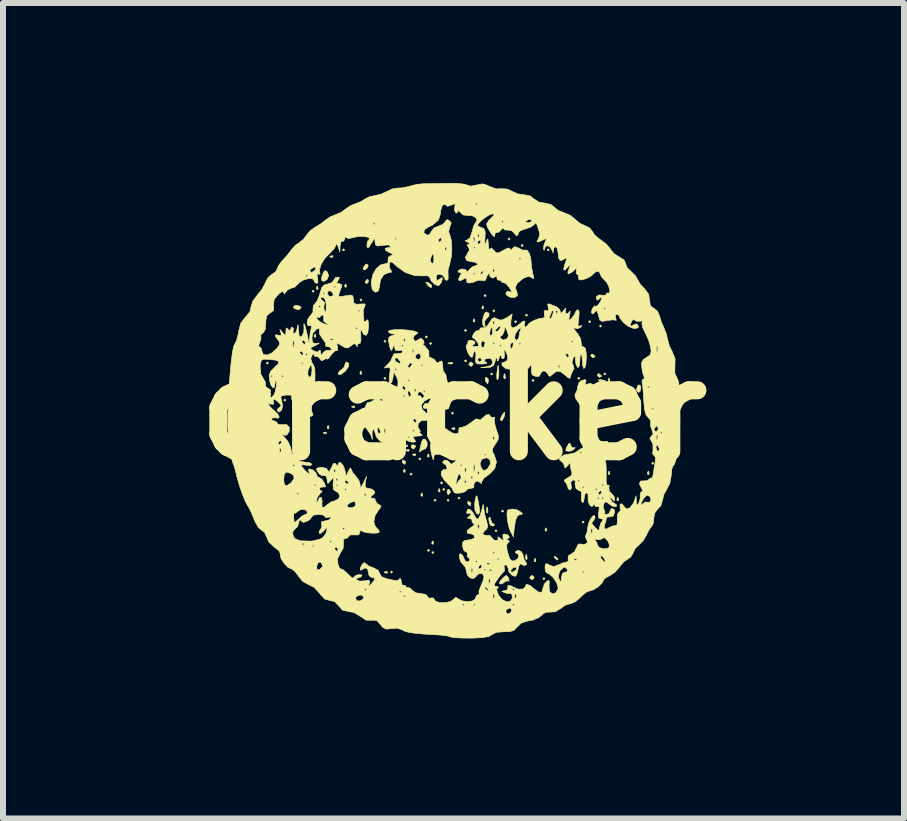
<source format=kicad_pcb>
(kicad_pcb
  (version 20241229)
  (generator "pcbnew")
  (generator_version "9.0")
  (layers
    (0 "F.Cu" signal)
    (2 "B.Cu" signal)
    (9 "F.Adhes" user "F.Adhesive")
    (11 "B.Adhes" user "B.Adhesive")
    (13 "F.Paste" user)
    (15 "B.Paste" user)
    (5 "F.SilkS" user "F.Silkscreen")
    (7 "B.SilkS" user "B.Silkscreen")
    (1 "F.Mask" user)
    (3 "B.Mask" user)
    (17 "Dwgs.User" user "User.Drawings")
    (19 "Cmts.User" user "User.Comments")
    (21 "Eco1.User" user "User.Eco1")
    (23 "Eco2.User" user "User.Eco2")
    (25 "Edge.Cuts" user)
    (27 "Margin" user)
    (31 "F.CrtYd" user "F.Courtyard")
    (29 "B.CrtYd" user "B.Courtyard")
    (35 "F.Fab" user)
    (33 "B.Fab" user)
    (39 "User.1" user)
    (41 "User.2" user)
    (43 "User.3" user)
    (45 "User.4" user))
  (footprint "cracker"
    (layer "F.Cu")
    (at 4.507 3.78)
    (property "Reference" "cracker" (at 0 0 0) (layer "F.SilkS") (effects (font (size 1.524 1.524) (thickness 0.3))))
    (attr through_hole)
    (fp_poly (pts (xy -3.084 -0.78) (xy -3.102 -0.762) (xy -3.121 -0.78) (xy -3.102 -0.798) (xy -3.084 -0.78)) (stroke (width 0.01) (type solid)) (fill yes) (layer "F.SilkS"))
    (fp_poly (pts (xy -2.794 -0.163) (xy -2.812 -0.145) (xy -2.83 -0.163) (xy -2.812 -0.181) (xy -2.794 -0.163)) (stroke (width 0.01) (type solid)) (fill yes) (layer "F.SilkS"))
    (fp_poly (pts (xy -2.322 -1.978) (xy -2.34 -1.959) (xy -2.359 -1.978) (xy -2.34 -1.996) (xy -2.322 -1.978)) (stroke (width 0.01) (type solid)) (fill yes) (layer "F.SilkS"))
    (fp_poly (pts (xy -1.814 -2.667) (xy -1.832 -2.649) (xy -1.851 -2.667) (xy -1.832 -2.685) (xy -1.814 -2.667)) (stroke (width 0.01) (type solid)) (fill yes) (layer "F.SilkS"))
    (fp_poly (pts (xy -1.633 -0.236) (xy -1.651 -0.218) (xy -1.669 -0.236) (xy -1.651 -0.254) (xy -1.633 -0.236)) (stroke (width 0.01) (type solid)) (fill yes) (layer "F.SilkS"))
    (fp_poly (pts (xy -1.524 -1.832) (xy -1.542 -1.814) (xy -1.56 -1.832) (xy -1.542 -1.851) (xy -1.524 -1.832)) (stroke (width 0.01) (type solid)) (fill yes) (layer "F.SilkS"))
    (fp_poly (pts (xy -1.379 -0.2) (xy -1.397 -0.181) (xy -1.415 -0.2) (xy -1.397 -0.218) (xy -1.379 -0.2)) (stroke (width 0.01) (type solid)) (fill yes) (layer "F.SilkS"))
    (fp_poly (pts (xy -1.125 -1.143) (xy -1.143 -1.125) (xy -1.161 -1.143) (xy -1.143 -1.161) (xy -1.125 -1.143)) (stroke (width 0.01) (type solid)) (fill yes) (layer "F.SilkS"))
    (fp_poly (pts (xy -1.125 -0.526) (xy -1.143 -0.508) (xy -1.161 -0.526) (xy -1.143 -0.544) (xy -1.125 -0.526)) (stroke (width 0.01) (type solid)) (fill yes) (layer "F.SilkS"))
    (fp_poly (pts (xy -1.016 2.703) (xy -1.034 2.721) (xy -1.052 2.703) (xy -1.034 2.685) (xy -1.016 2.703)) (stroke (width 0.01) (type solid)) (fill yes) (layer "F.SilkS"))
    (fp_poly (pts (xy -0.762 0.599) (xy -0.78 0.617) (xy -0.798 0.599) (xy -0.78 0.581) (xy -0.762 0.599)) (stroke (width 0.01) (type solid)) (fill yes) (layer "F.SilkS"))
    (fp_poly (pts (xy -0.689 1.07) (xy -0.708 1.089) (xy -0.726 1.07) (xy -0.708 1.052) (xy -0.689 1.07)) (stroke (width 0.01) (type solid)) (fill yes) (layer "F.SilkS"))
    (fp_poly (pts (xy -0.544 0.816) (xy -0.562 0.835) (xy -0.581 0.816) (xy -0.562 0.798) (xy -0.544 0.816)) (stroke (width 0.01) (type solid)) (fill yes) (layer "F.SilkS"))
    (fp_poly (pts (xy -0.435 -1.216) (xy -0.454 -1.197) (xy -0.472 -1.216) (xy -0.454 -1.234) (xy -0.435 -1.216)) (stroke (width 0.01) (type solid)) (fill yes) (layer "F.SilkS"))
    (fp_poly (pts (xy -0.399 2.34) (xy -0.417 2.359) (xy -0.435 2.34) (xy -0.417 2.322) (xy -0.399 2.34)) (stroke (width 0.01) (type solid)) (fill yes) (layer "F.SilkS"))
    (fp_poly (pts (xy -0.363 -1.107) (xy -0.381 -1.089) (xy -0.399 -1.107) (xy -0.381 -1.125) (xy -0.363 -1.107)) (stroke (width 0.01) (type solid)) (fill yes) (layer "F.SilkS"))
    (fp_poly (pts (xy -0.327 2.377) (xy -0.345 2.395) (xy -0.363 2.377) (xy -0.345 2.359) (xy -0.327 2.377)) (stroke (width 0.01) (type solid)) (fill yes) (layer "F.SilkS"))
    (fp_poly (pts (xy -0.29 1.506) (xy -0.308 1.524) (xy -0.327 1.506) (xy -0.308 1.488) (xy -0.29 1.506)) (stroke (width 0.01) (type solid)) (fill yes) (layer "F.SilkS"))
    (fp_poly (pts (xy -0.181 1.216) (xy -0.2 1.234) (xy -0.218 1.216) (xy -0.2 1.197) (xy -0.181 1.216)) (stroke (width 0.01) (type solid)) (fill yes) (layer "F.SilkS"))
    (fp_poly (pts (xy -0.145 1.324) (xy -0.163 1.343) (xy -0.181 1.324) (xy -0.163 1.306) (xy -0.145 1.324)) (stroke (width 0.01) (type solid)) (fill yes) (layer "F.SilkS"))
    (fp_poly (pts (xy -0.073 1.506) (xy -0.091 1.524) (xy -0.109 1.506) (xy -0.091 1.488) (xy -0.073 1.506)) (stroke (width 0.01) (type solid)) (fill yes) (layer "F.SilkS"))
    (fp_poly (pts (xy 0 0.054) (xy -0.018 0.073) (xy -0.036 0.054) (xy -0.018 0.036) (xy 0 0.054)) (stroke (width 0.01) (type solid)) (fill yes) (layer "F.SilkS"))
    (fp_poly (pts (xy 0.109 1.47) (xy 0.091 1.488) (xy 0.073 1.47) (xy 0.091 1.451) (xy 0.109 1.47)) (stroke (width 0.01) (type solid)) (fill yes) (layer "F.SilkS"))
    (fp_poly (pts (xy 0.218 -1.324) (xy 0.2 -1.306) (xy 0.181 -1.324) (xy 0.2 -1.343) (xy 0.218 -1.324)) (stroke (width 0.01) (type solid)) (fill yes) (layer "F.SilkS"))
    (fp_poly (pts (xy 0.218 -0.816) (xy 0.2 -0.798) (xy 0.181 -0.816) (xy 0.2 -0.835) (xy 0.218 -0.816)) (stroke (width 0.01) (type solid)) (fill yes) (layer "F.SilkS"))
    (fp_poly (pts (xy 0.435 -0.236) (xy 0.417 -0.218) (xy 0.399 -0.236) (xy 0.417 -0.254) (xy 0.435 -0.236)) (stroke (width 0.01) (type solid)) (fill yes) (layer "F.SilkS"))
    (fp_poly (pts (xy 0.544 -1.905) (xy 0.526 -1.887) (xy 0.508 -1.905) (xy 0.526 -1.923) (xy 0.544 -1.905)) (stroke (width 0.01) (type solid)) (fill yes) (layer "F.SilkS"))
    (fp_poly (pts (xy 0.653 -0.599) (xy 0.635 -0.581) (xy 0.617 -0.599) (xy 0.635 -0.617) (xy 0.653 -0.599)) (stroke (width 0.01) (type solid)) (fill yes) (layer "F.SilkS"))
    (fp_poly (pts (xy 0.689 -1.651) (xy 0.671 -1.633) (xy 0.653 -1.651) (xy 0.671 -1.669) (xy 0.689 -1.651)) (stroke (width 0.01) (type solid)) (fill yes) (layer "F.SilkS"))
    (fp_poly (pts (xy 0.726 2.014) (xy 0.708 2.032) (xy 0.689 2.014) (xy 0.708 1.996) (xy 0.726 2.014)) (stroke (width 0.01) (type solid)) (fill yes) (layer "F.SilkS"))
    (fp_poly (pts (xy 0.835 1.687) (xy 0.816 1.705) (xy 0.798 1.687) (xy 0.816 1.669) (xy 0.835 1.687)) (stroke (width 0.01) (type solid)) (fill yes) (layer "F.SilkS"))
    (fp_poly (pts (xy 0.943 -2.848) (xy 0.925 -2.83) (xy 0.907 -2.848) (xy 0.925 -2.867) (xy 0.943 -2.848)) (stroke (width 0.01) (type solid)) (fill yes) (layer "F.SilkS"))
    (fp_poly (pts (xy 0.98 -0.562) (xy 0.962 -0.544) (xy 0.943 -0.562) (xy 0.962 -0.581) (xy 0.98 -0.562)) (stroke (width 0.01) (type solid)) (fill yes) (layer "F.SilkS"))
    (fp_poly (pts (xy 1.052 -1.47) (xy 1.034 -1.451) (xy 1.016 -1.47) (xy 1.034 -1.488) (xy 1.052 -1.47)) (stroke (width 0.01) (type solid)) (fill yes) (layer "F.SilkS"))
    (fp_poly (pts (xy 1.161 -2.74) (xy 1.143 -2.721) (xy 1.125 -2.74) (xy 1.143 -2.758) (xy 1.161 -2.74)) (stroke (width 0.01) (type solid)) (fill yes) (layer "F.SilkS"))
    (fp_poly (pts (xy 1.234 -1.578) (xy 1.216 -1.56) (xy 1.197 -1.578) (xy 1.216 -1.597) (xy 1.234 -1.578)) (stroke (width 0.01) (type solid)) (fill yes) (layer "F.SilkS"))
    (fp_poly (pts (xy 1.343 -0.49) (xy 1.324 -0.472) (xy 1.306 -0.49) (xy 1.324 -0.508) (xy 1.343 -0.49)) (stroke (width 0.01) (type solid)) (fill yes) (layer "F.SilkS"))
    (fp_poly (pts (xy 1.524 2.812) (xy 1.506 2.83) (xy 1.488 2.812) (xy 1.506 2.794) (xy 1.524 2.812)) (stroke (width 0.01) (type solid)) (fill yes) (layer "F.SilkS"))
    (fp_poly (pts (xy 1.597 -2.667) (xy 1.578 -2.649) (xy 1.56 -2.667) (xy 1.578 -2.685) (xy 1.597 -2.667)) (stroke (width 0.01) (type solid)) (fill yes) (layer "F.SilkS"))
    (fp_poly (pts (xy 2.105 -0.526) (xy 2.086 -0.508) (xy 2.068 -0.526) (xy 2.086 -0.544) (xy 2.105 -0.526)) (stroke (width 0.01) (type solid)) (fill yes) (layer "F.SilkS"))
    (fp_poly (pts (xy 2.177 1.869) (xy 2.159 1.887) (xy 2.141 1.869) (xy 2.159 1.851) (xy 2.177 1.869)) (stroke (width 0.01) (type solid)) (fill yes) (layer "F.SilkS"))
    (fp_poly (pts (xy 2.286 -1.47) (xy 2.268 -1.451) (xy 2.25 -1.47) (xy 2.268 -1.488) (xy 2.286 -1.47)) (stroke (width 0.01) (type solid)) (fill yes) (layer "F.SilkS"))
    (fp_poly (pts (xy 2.467 -1.397) (xy 2.449 -1.379) (xy 2.431 -1.397) (xy 2.449 -1.415) (xy 2.467 -1.397)) (stroke (width 0.01) (type solid)) (fill yes) (layer "F.SilkS"))
    (fp_poly (pts (xy 2.54 -0.599) (xy 2.522 -0.581) (xy 2.504 -0.599) (xy 2.522 -0.617) (xy 2.54 -0.599)) (stroke (width 0.01) (type solid)) (fill yes) (layer "F.SilkS"))
    (fp_poly (pts (xy 2.613 -0.381) (xy 2.594 -0.363) (xy 2.576 -0.381) (xy 2.594 -0.399) (xy 2.613 -0.381)) (stroke (width 0.01) (type solid)) (fill yes) (layer "F.SilkS"))
    (fp_poly (pts (xy 3.338 0.889) (xy 3.32 0.907) (xy 3.302 0.889) (xy 3.32 0.871) (xy 3.338 0.889)) (stroke (width 0.01) (type solid)) (fill yes) (layer "F.SilkS"))
    (fp_poly (pts (xy -2.552 0.629) (xy -2.557 0.651) (xy -2.576 0.653) (xy -2.606 0.64) (xy -2.6 0.629) (xy -2.557 0.625) (xy -2.552 0.629)) (stroke (width 0.01) (type solid)) (fill yes) (layer "F.SilkS"))
    (fp_poly (pts (xy -2.298 -1.258) (xy -2.294 -1.215) (xy -2.298 -1.21) (xy -2.32 -1.215) (xy -2.322 -1.234) (xy -2.309 -1.264) (xy -2.298 -1.258)) (stroke (width 0.01) (type solid)) (fill yes) (layer "F.SilkS"))
    (fp_poly (pts (xy -2.262 -2.056) (xy -2.257 -2.013) (xy -2.262 -2.008) (xy -2.283 -2.013) (xy -2.286 -2.032) (xy -2.273 -2.062) (xy -2.262 -2.056)) (stroke (width 0.01) (type solid)) (fill yes) (layer "F.SilkS"))
    (fp_poly (pts (xy -2.117 0.375) (xy -2.122 0.397) (xy -2.141 0.399) (xy -2.171 0.386) (xy -2.165 0.375) (xy -2.122 0.371) (xy -2.117 0.375)) (stroke (width 0.01) (type solid)) (fill yes) (layer "F.SilkS"))
    (fp_poly (pts (xy -2.08 0.266) (xy -2.076 0.309) (xy -2.08 0.314) (xy -2.102 0.309) (xy -2.105 0.29) (xy -2.091 0.26) (xy -2.08 0.266)) (stroke (width 0.01) (type solid)) (fill yes) (layer "F.SilkS"))
    (fp_poly (pts (xy -2.008 -2.564) (xy -2.013 -2.543) (xy -2.032 -2.54) (xy -2.062 -2.553) (xy -2.056 -2.564) (xy -2.013 -2.569) (xy -2.008 -2.564)) (stroke (width 0.01) (type solid)) (fill yes) (layer "F.SilkS"))
    (fp_poly (pts (xy -1.79 -2.092) (xy -1.786 -2.049) (xy -1.79 -2.044) (xy -1.812 -2.049) (xy -1.814 -2.068) (xy -1.801 -2.098) (xy -1.79 -2.092)) (stroke (width 0.01) (type solid)) (fill yes) (layer "F.SilkS"))
    (fp_poly (pts (xy -1.645 -0.06) (xy -1.65 -0.039) (xy -1.669 -0.036) (xy -1.699 -0.05) (xy -1.693 -0.06) (xy -1.65 -0.065) (xy -1.645 -0.06)) (stroke (width 0.01) (type solid)) (fill yes) (layer "F.SilkS"))
    (fp_poly (pts (xy -1.536 -0.641) (xy -1.532 -0.598) (xy -1.536 -0.593) (xy -1.558 -0.598) (xy -1.56 -0.617) (xy -1.547 -0.647) (xy -1.536 -0.641)) (stroke (width 0.01) (type solid)) (fill yes) (layer "F.SilkS"))
    (fp_poly (pts (xy -1.101 2.697) (xy -1.106 2.719) (xy -1.125 2.721) (xy -1.155 2.708) (xy -1.149 2.697) (xy -1.106 2.693) (xy -1.101 2.697)) (stroke (width 0.01) (type solid)) (fill yes) (layer "F.SilkS"))
    (fp_poly (pts (xy -0.81 0.992) (xy -0.806 1.035) (xy -0.81 1.04) (xy -0.832 1.035) (xy -0.835 1.016) (xy -0.821 0.986) (xy -0.81 0.992)) (stroke (width 0.01) (type solid)) (fill yes) (layer "F.SilkS"))
    (fp_poly (pts (xy -0.738 0.665) (xy -0.743 0.687) (xy -0.762 0.689) (xy -0.792 0.676) (xy -0.786 0.665) (xy -0.743 0.661) (xy -0.738 0.665)) (stroke (width 0.01) (type solid)) (fill yes) (layer "F.SilkS"))
    (fp_poly (pts (xy -0.629 0.738) (xy -0.634 0.759) (xy -0.653 0.762) (xy -0.683 0.749) (xy -0.677 0.738) (xy -0.634 0.733) (xy -0.629 0.738)) (stroke (width 0.01) (type solid)) (fill yes) (layer "F.SilkS"))
    (fp_poly (pts (xy -0.52 1.391) (xy -0.516 1.434) (xy -0.52 1.439) (xy -0.542 1.434) (xy -0.544 1.415) (xy -0.531 1.385) (xy -0.52 1.391)) (stroke (width 0.01) (type solid)) (fill yes) (layer "F.SilkS"))
    (fp_poly (pts (xy -0.411 0.738) (xy -0.407 0.781) (xy -0.411 0.786) (xy -0.433 0.781) (xy -0.435 0.762) (xy -0.422 0.732) (xy -0.411 0.738)) (stroke (width 0.01) (type solid)) (fill yes) (layer "F.SilkS"))
    (fp_poly (pts (xy -0.339 2.189) (xy -0.334 2.232) (xy -0.339 2.238) (xy -0.36 2.233) (xy -0.363 2.213) (xy -0.35 2.184) (xy -0.339 2.189)) (stroke (width 0.01) (type solid)) (fill yes) (layer "F.SilkS"))
    (fp_poly (pts (xy -0.23 1.318) (xy -0.225 1.361) (xy -0.23 1.367) (xy -0.251 1.362) (xy -0.254 1.343) (xy -0.241 1.313) (xy -0.23 1.318)) (stroke (width 0.01) (type solid)) (fill yes) (layer "F.SilkS"))
    (fp_poly (pts (xy -0.01 -0.784) (xy -0.021 -0.767) (xy -0.057 -0.765) (xy -0.096 -0.774) (xy -0.079 -0.787) (xy -0.023 -0.791) (xy -0.01 -0.784)) (stroke (width 0.01) (type solid)) (fill yes) (layer "F.SilkS"))
    (fp_poly (pts (xy 0.024 0.302) (xy 0.019 0.324) (xy 0 0.327) (xy -0.03 0.313) (xy -0.024 0.302) (xy 0.019 0.298) (xy 0.024 0.302)) (stroke (width 0.01) (type solid)) (fill yes) (layer "F.SilkS"))
    (fp_poly (pts (xy 0.351 -1.512) (xy 0.355 -1.469) (xy 0.351 -1.464) (xy 0.329 -1.469) (xy 0.327 -1.488) (xy 0.34 -1.518) (xy 0.351 -1.512)) (stroke (width 0.01) (type solid)) (fill yes) (layer "F.SilkS"))
    (fp_poly (pts (xy 0.496 -1.73) (xy 0.5 -1.687) (xy 0.496 -1.681) (xy 0.474 -1.686) (xy 0.472 -1.705) (xy 0.485 -1.735) (xy 0.496 -1.73)) (stroke (width 0.01) (type solid)) (fill yes) (layer "F.SilkS"))
    (fp_poly (pts (xy 0.568 1.624) (xy 0.573 1.698) (xy 0.568 1.714) (xy 0.555 1.719) (xy 0.55 1.669) (xy 0.556 1.618) (xy 0.568 1.624)) (stroke (width 0.01) (type solid)) (fill yes) (layer "F.SilkS"))
    (fp_poly (pts (xy 0.859 -0.587) (xy 0.864 -0.531) (xy 0.856 -0.518) (xy 0.84 -0.529) (xy 0.837 -0.565) (xy 0.846 -0.604) (xy 0.859 -0.587)) (stroke (width 0.01) (type solid)) (fill yes) (layer "F.SilkS"))
    (fp_poly (pts (xy 1.222 2.424) (xy 1.227 2.481) (xy 1.219 2.494) (xy 1.203 2.483) (xy 1.2 2.446) (xy 1.209 2.408) (xy 1.222 2.424)) (stroke (width 0.01) (type solid)) (fill yes) (layer "F.SilkS"))
    (fp_poly (pts (xy 1.367 2.48) (xy 1.371 2.523) (xy 1.367 2.528) (xy 1.345 2.523) (xy 1.343 2.504) (xy 1.356 2.474) (xy 1.367 2.48)) (stroke (width 0.01) (type solid)) (fill yes) (layer "F.SilkS"))
    (fp_poly (pts (xy 1.548 1.972) (xy 1.553 2.015) (xy 1.548 2.02) (xy 1.527 2.015) (xy 1.524 1.996) (xy 1.537 1.966) (xy 1.548 1.972)) (stroke (width 0.01) (type solid)) (fill yes) (layer "F.SilkS"))
    (fp_poly (pts (xy 2.6 1.028) (xy 2.605 1.071) (xy 2.6 1.076) (xy 2.579 1.071) (xy 2.576 1.052) (xy 2.59 1.022) (xy 2.6 1.028)) (stroke (width 0.01) (type solid)) (fill yes) (layer "F.SilkS"))
    (fp_poly (pts (xy 2.601 -0.515) (xy 2.605 -0.458) (xy 2.598 -0.445) (xy 2.582 -0.456) (xy 2.579 -0.493) (xy 2.588 -0.532) (xy 2.601 -0.515)) (stroke (width 0.01) (type solid)) (fill yes) (layer "F.SilkS"))
    (fp_poly (pts (xy 2.673 -0.423) (xy 2.677 -0.38) (xy 2.673 -0.375) (xy 2.651 -0.38) (xy 2.649 -0.399) (xy 2.662 -0.429) (xy 2.673 -0.423)) (stroke (width 0.01) (type solid)) (fill yes) (layer "F.SilkS"))
    (fp_poly (pts (xy 2.746 1.464) (xy 2.75 1.507) (xy 2.746 1.512) (xy 2.724 1.507) (xy 2.721 1.488) (xy 2.735 1.458) (xy 2.746 1.464)) (stroke (width 0.01) (type solid)) (fill yes) (layer "F.SilkS"))
    (fp_poly (pts (xy 3.254 1.028) (xy 3.258 1.071) (xy 3.254 1.076) (xy 3.232 1.071) (xy 3.229 1.052) (xy 3.243 1.022) (xy 3.254 1.028)) (stroke (width 0.01) (type solid)) (fill yes) (layer "F.SilkS"))
    (fp_poly (pts (xy -0.072 1.325) (xy -0.051 1.368) (xy -0.056 1.381) (xy -0.091 1.414) (xy -0.108 1.377) (xy -0.109 1.359) (xy -0.091 1.321) (xy -0.072 1.325)) (stroke (width 0.01) (type solid)) (fill yes) (layer "F.SilkS"))
    (fp_poly (pts (xy 1.7 2.446) (xy 1.738 2.48) (xy 1.742 2.488) (xy 1.724 2.503) (xy 1.689 2.469) (xy 1.684 2.462) (xy 1.68 2.437) (xy 1.7 2.446)) (stroke (width 0.01) (type solid)) (fill yes) (layer "F.SilkS"))
    (fp_poly (pts (xy -2.555 -1.727) (xy -2.54 -1.705) (xy -2.569 -1.673) (xy -2.592 -1.669) (xy -2.654 -1.691) (xy -2.667 -1.705) (xy -2.656 -1.734) (xy -2.615 -1.742) (xy -2.555 -1.727)) (stroke (width 0.01) (type solid)) (fill yes) (layer "F.SilkS"))
    (fp_poly (pts (xy -1.421 -2.41) (xy -1.436 -2.366) (xy -1.478 -2.332) (xy -1.481 -2.331) (xy -1.508 -2.342) (xy -1.502 -2.374) (xy -1.465 -2.424) (xy -1.445 -2.431) (xy -1.421 -2.41)) (stroke (width 0.01) (type solid)) (fill yes) (layer "F.SilkS"))
    (fp_poly (pts (xy -1.416 -2.149) (xy -1.415 -2.141) (xy -1.443 -2.106) (xy -1.454 -2.105) (xy -1.475 -2.127) (xy -1.47 -2.141) (xy -1.437 -2.175) (xy -1.431 -2.177) (xy -1.416 -2.149)) (stroke (width 0.01) (type solid)) (fill yes) (layer "F.SilkS"))
    (fp_poly (pts (xy -0.8 0.861) (xy -0.798 0.871) (xy -0.811 0.906) (xy -0.814 0.907) (xy -0.845 0.882) (xy -0.853 0.871) (xy -0.85 0.837) (xy -0.837 0.835) (xy -0.8 0.861)) (stroke (width 0.01) (type solid)) (fill yes) (layer "F.SilkS"))
    (fp_poly (pts (xy -0.632 0.598) (xy -0.635 0.617) (xy -0.666 0.651) (xy -0.671 0.653) (xy -0.7 0.628) (xy -0.708 0.617) (xy -0.699 0.586) (xy -0.671 0.581) (xy -0.632 0.598)) (stroke (width 0.01) (type solid)) (fill yes) (layer "F.SilkS"))
    (fp_poly (pts (xy -0.434 -2.124) (xy -0.422 -2.12) (xy -0.371 -2.084) (xy -0.363 -2.064) (xy -0.376 -2.034) (xy -0.417 -2.065) (xy -0.436 -2.087) (xy -0.463 -2.127) (xy -0.434 -2.124)) (stroke (width 0.01) (type solid)) (fill yes) (layer "F.SilkS"))
    (fp_poly (pts (xy -0.405 -0.091) (xy -0.399 -0.076) (xy -0.428 -0.037) (xy -0.454 -0.023) (xy -0.5 -0.029) (xy -0.508 -0.056) (xy -0.479 -0.103) (xy -0.454 -0.109) (xy -0.405 -0.091)) (stroke (width 0.01) (type solid)) (fill yes) (layer "F.SilkS"))
    (fp_poly (pts (xy 0.289 1.55) (xy 0.29 1.56) (xy 0.278 1.596) (xy 0.274 1.597) (xy 0.243 1.571) (xy 0.236 1.56) (xy 0.239 1.527) (xy 0.252 1.524) (xy 0.289 1.55)) (stroke (width 0.01) (type solid)) (fill yes) (layer "F.SilkS"))
    (fp_poly (pts (xy 0.326 -0.771) (xy 0.327 -0.762) (xy 0.299 -0.727) (xy 0.29 -0.726) (xy 0.255 -0.753) (xy 0.254 -0.762) (xy 0.282 -0.797) (xy 0.29 -0.798) (xy 0.326 -0.771)) (stroke (width 0.01) (type solid)) (fill yes) (layer "F.SilkS"))
    (fp_poly (pts (xy 0.577 -0.515) (xy 0.581 -0.49) (xy 0.573 -0.441) (xy 0.566 -0.435) (xy 0.543 -0.464) (xy 0.531 -0.49) (xy 0.53 -0.537) (xy 0.545 -0.544) (xy 0.577 -0.515)) (stroke (width 0.01) (type solid)) (fill yes) (layer "F.SilkS"))
    (fp_poly (pts (xy 0.854 0.066) (xy 0.845 0.109) (xy 0.816 0.168) (xy 0.793 0.181) (xy 0.781 0.155) (xy 0.798 0.109) (xy 0.834 0.052) (xy 0.851 0.036) (xy 0.854 0.066)) (stroke (width 0.01) (type solid)) (fill yes) (layer "F.SilkS"))
    (fp_poly (pts (xy 1.342 2.785) (xy 1.343 2.794) (xy 1.315 2.829) (xy 1.306 2.83) (xy 1.271 2.803) (xy 1.27 2.794) (xy 1.298 2.759) (xy 1.306 2.758) (xy 1.342 2.785)) (stroke (width 0.01) (type solid)) (fill yes) (layer "F.SilkS"))
    (fp_poly (pts (xy 2.322 -0.925) (xy 2.357 -0.893) (xy 2.359 -0.887) (xy 2.33 -0.871) (xy 2.322 -0.871) (xy 2.287 -0.899) (xy 2.286 -0.909) (xy 2.308 -0.931) (xy 2.322 -0.925)) (stroke (width 0.01) (type solid)) (fill yes) (layer "F.SilkS"))
    (fp_poly (pts (xy 2.431 -0.599) (xy 2.466 -0.566) (xy 2.467 -0.56) (xy 2.439 -0.545) (xy 2.431 -0.544) (xy 2.396 -0.572) (xy 2.395 -0.583) (xy 2.417 -0.604) (xy 2.431 -0.599)) (stroke (width 0.01) (type solid)) (fill yes) (layer "F.SilkS"))
    (fp_poly (pts (xy 3.113 -0.406) (xy 3.121 -0.365) (xy 3.106 -0.305) (xy 3.084 -0.29) (xy 3.052 -0.32) (xy 3.048 -0.343) (xy 3.07 -0.404) (xy 3.084 -0.417) (xy 3.113 -0.406)) (stroke (width 0.01) (type solid)) (fill yes) (layer "F.SilkS"))
    (fp_poly (pts (xy -2.103 -2.299) (xy -2.082 -2.237) (xy -2.107 -2.173) (xy -2.162 -2.141) (xy -2.165 -2.141) (xy -2.201 -2.161) (xy -2.193 -2.223) (xy -2.163 -2.302) (xy -2.135 -2.322) (xy -2.103 -2.299)) (stroke (width 0.01) (type solid)) (fill yes) (layer "F.SilkS"))
    (fp_poly (pts (xy 0.614 1.797) (xy 0.617 1.823) (xy 0.64 1.882) (xy 0.66 1.895) (xy 0.684 1.917) (xy 0.663 1.935) (xy 0.621 1.927) (xy 0.598 1.885) (xy 0.587 1.815) (xy 0.595 1.787) (xy 0.614 1.797)) (stroke (width 0.01) (type solid)) (fill yes) (layer "F.SilkS"))
    (fp_poly (pts (xy 0.75 -0.702) (xy 0.755 -0.658) (xy 0.755 -0.566) (xy 0.739 -0.507) (xy 0.737 -0.504) (xy 0.722 -0.517) (xy 0.72 -0.583) (xy 0.724 -0.627) (xy 0.736 -0.719) (xy 0.743 -0.743) (xy 0.75 -0.702)) (stroke (width 0.01) (type solid)) (fill yes) (layer "F.SilkS"))
    (fp_poly (pts (xy 2.525 -0.487) (xy 2.54 -0.454) (xy 2.53 -0.405) (xy 2.522 -0.399) (xy 2.504 -0.427) (xy 2.504 -0.433) (xy 2.474 -0.469) (xy 2.44 -0.483) (xy 2.408 -0.496) (xy 2.445 -0.503) (xy 2.458 -0.504) (xy 2.525 -0.487)) (stroke (width 0.01) (type solid)) (fill yes) (layer "F.SilkS"))
    (fp_poly (pts (xy 0.592 -1.61) (xy 0.59 -1.562) (xy 0.558 -1.531) (xy 0.515 -1.475) (xy 0.519 -1.438) (xy 0.53 -1.385) (xy 0.508 -1.39) (xy 0.491 -1.413) (xy 0.482 -1.47) (xy 0.495 -1.548) (xy 0.521 -1.613) (xy 0.546 -1.633) (xy 0.592 -1.61)) (stroke (width 0.01) (type solid)) (fill yes) (layer "F.SilkS"))
    (fp_poly (pts (xy 1.945 0.564) (xy 1.952 0.59) (xy 1.98 0.632) (xy 2.004 0.63) (xy 2.026 0.628) (xy 2.017 0.648) (xy 1.963 0.683) (xy 1.92 0.689) (xy 1.872 0.682) (xy 1.874 0.645) (xy 1.893 0.608) (xy 1.927 0.555) (xy 1.945 0.564)) (stroke (width 0.01) (type solid)) (fill yes) (layer "F.SilkS"))
    (fp_poly (pts (xy -1.744 -0.774) (xy -1.752 -0.717) (xy -1.798 -0.651) (xy -1.808 -0.641) (xy -1.882 -0.587) (xy -1.919 -0.592) (xy -1.923 -0.613) (xy -1.894 -0.653) (xy -1.869 -0.666) (xy -1.82 -0.715) (xy -1.814 -0.743) (xy -1.795 -0.792) (xy -1.778 -0.798) (xy -1.744 -0.774)) (stroke (width 0.01) (type solid)) (fill yes) (layer "F.SilkS"))
    (fp_poly (pts (xy -0.471 0.49) (xy -0.469 0.491) (xy -0.439 0.541) (xy -0.441 0.605) (xy -0.47 0.649) (xy -0.487 0.653) (xy -0.546 0.681) (xy -0.558 0.699) (xy -0.566 0.701) (xy -0.558 0.645) (xy -0.556 0.635) (xy -0.531 0.531) (xy -0.505 0.487) (xy -0.471 0.49)) (stroke (width 0.01) (type solid)) (fill yes) (layer "F.SilkS"))
    (fp_poly (pts (xy 0.391 1.437) (xy 0.408 1.508) (xy 0.41 1.519) (xy 0.428 1.618) (xy 0.435 1.689) (xy 0.435 1.692) (xy 0.42 1.738) (xy 0.388 1.731) (xy 0.36 1.676) (xy 0.356 1.66) (xy 0.353 1.559) (xy 0.363 1.488) (xy 0.379 1.433) (xy 0.391 1.437)) (stroke (width 0.01) (type solid)) (fill yes) (layer "F.SilkS"))
    (fp_poly (pts (xy 0.908 2.786) (xy 0.921 2.814) (xy 0.924 2.852) (xy 0.909 2.85) (xy 0.863 2.855) (xy 0.853 2.866) (xy 0.812 2.898) (xy 0.771 2.899) (xy 0.762 2.882) (xy 0.785 2.842) (xy 0.834 2.79) (xy 0.877 2.759) (xy 0.883 2.758) (xy 0.908 2.786)) (stroke (width 0.01) (type solid)) (fill yes) (layer "F.SilkS"))
    (fp_poly (pts (xy 1.054 1.664) (xy 1.106 1.692) (xy 1.151 1.729) (xy 1.136 1.741) (xy 1.114 1.742) (xy 1.068 1.762) (xy 1.036 1.831) (xy 1.013 1.959) (xy 1.008 2.011) (xy 0.998 2.117) (xy 0.947 2.022) (xy 0.919 1.943) (xy 0.899 1.844) (xy 0.89 1.749) (xy 0.895 1.682) (xy 0.907 1.666) (xy 0.955 1.658) (xy 0.982 1.652) (xy 1.054 1.664)) (stroke (width 0.01) (type solid)) (fill yes) (layer "F.SilkS"))
    (fp_poly (pts (xy 2.21 -0.486) (xy 2.198 -0.448) (xy 2.191 -0.41) (xy 2.222 -0.427) (xy 2.281 -0.443) (xy 2.341 -0.412) (xy 2.386 -0.373) (xy 2.385 -0.341) (xy 2.334 -0.29) (xy 2.316 -0.274) (xy 2.245 -0.187) (xy 2.208 -0.091) (xy 2.207 -0.087) (xy 2.195 0.015) (xy 2.093 -0.107) (xy 2.03 -0.198) (xy 2.022 -0.254) (xy 2.03 -0.266) (xy 2.061 -0.332) (xy 2.068 -0.384) (xy 2.092 -0.457) (xy 2.126 -0.486) (xy 2.194 -0.506) (xy 2.21 -0.486)) (stroke (width 0.01) (type solid)) (fill yes) (layer "F.SilkS"))
    (fp_poly (pts (xy 0.617 0.111) (xy 0.64 0.131) (xy 0.658 0.124) (xy 0.685 0.124) (xy 0.681 0.149) (xy 0.682 0.213) (xy 0.707 0.309) (xy 0.716 0.335) (xy 0.747 0.428) (xy 0.745 0.49) (xy 0.705 0.558) (xy 0.697 0.569) (xy 0.651 0.643) (xy 0.649 0.696) (xy 0.679 0.751) (xy 0.716 0.865) (xy 0.687 0.977) (xy 0.599 1.07) (xy 0.579 1.082) (xy 0.506 1.138) (xy 0.472 1.193) (xy 0.471 1.197) (xy 0.462 1.229) (xy 0.443 1.208) (xy 0.393 1.185) (xy 0.366 1.195) (xy 0.336 1.242) (xy 0.342 1.266) (xy 0.335 1.299) (xy 0.292 1.306) (xy 0.232 1.319) (xy 0.218 1.338) (xy 0.186 1.366) (xy 0.11 1.386) (xy 0.109 1.387) (xy 0.029 1.387) (xy 0 1.362) (xy -0.024 1.308) (xy -0.064 1.262) (xy -0.091 1.234) (xy 0.043 1.234) (xy 0.049 1.258) (xy 0.061 1.225) (xy 0.076 1.197) (xy 0.181 1.197) (xy 0.195 1.227) (xy 0.206 1.222) (xy 0.21 1.179) (xy 0.206 1.173) (xy 0.184 1.178) (xy 0.181 1.197) (xy 0.076 1.197) (xy 0.091 1.171) (xy 0.11 1.161) (xy 0.127 1.134) (xy 0.125 1.125) (xy 0.29 1.125) (xy 0.304 1.155) (xy 0.314 1.149) (xy 0.319 1.106) (xy 0.314 1.101) (xy 0.293 1.106) (xy 0.29 1.125) (xy 0.125 1.125) (xy 0.12 1.1) (xy 0.098 1.061) (xy 0.078 1.088) (xy 0.069 1.109) (xy 0.046 1.194) (xy 0.043 1.234) (xy -0.091 1.234) (xy -0.161 1.16) (xy -0.205 1.084) (xy -0.204 1.052) (xy 0.399 1.052) (xy 0.412 1.082) (xy 0.423 1.076) (xy 0.428 1.033) (xy 0.423 1.028) (xy 0.402 1.033) (xy 0.399 1.052) (xy -0.204 1.052) (xy -0.203 1.03) (xy -0.167 0.994) (xy -0.145 0.998) (xy -0.134 0.995) (xy 0.184 0.995) (xy 0.191 1.042) (xy 0.203 1.042) (xy 0.212 0.994) (xy 0.206 0.973) (xy 0.193 0.962) (xy 0.334 0.962) (xy 0.338 1.024) (xy 0.349 1.029) (xy 0.35 1.026) (xy 0.358 0.954) (xy 0.352 0.917) (xy 0.34 0.902) (xy 0.334 0.95) (xy 0.334 0.962) (xy 0.193 0.962) (xy 0.19 0.959) (xy 0.184 0.995) (xy -0.134 0.995) (xy -0.114 0.99) (xy -0.109 0.964) (xy -0.124 0.925) (xy 0.109 0.925) (xy 0.127 0.943) (xy 0.145 0.925) (xy 0.127 0.907) (xy 0.109 0.925) (xy -0.124 0.925) (xy -0.128 0.914) (xy -0.145 0.907) (xy -0.18 0.88) (xy -0.181 0.871) (xy -0.156 0.838) (xy -0.106 0.841) (xy -0.065 0.875) (xy -0.063 0.88) (xy -0.039 0.906) (xy -0.016 0.892) (xy 0.443 0.892) (xy 0.454 0.944) (xy 0.489 1.007) (xy 0.54 1.001) (xy 0.573 0.972) (xy 0.614 0.901) (xy 0.608 0.835) (xy 0.56 0.799) (xy 0.546 0.798) (xy 0.467 0.823) (xy 0.443 0.892) (xy -0.016 0.892) (xy 0.012 0.876) (xy 0.012 0.875) (xy 0.062 0.82) (xy 0.067 0.783) (xy 0.026 0.782) (xy 0.021 0.784) (xy -0.044 0.78) (xy -0.121 0.744) (xy 0.508 0.744) (xy 0.526 0.762) (xy 0.544 0.744) (xy 0.526 0.726) (xy 0.508 0.744) (xy -0.121 0.744) (xy -0.124 0.742) (xy -0.19 0.71) (xy -0.218 0.719) (xy -0.218 0.72) (xy -0.244 0.744) (xy -0.272 0.739) (xy -0.318 0.745) (xy -0.327 0.782) (xy -0.332 0.832) (xy -0.346 0.815) (xy -0.367 0.737) (xy -0.379 0.677) (xy -0.388 0.588) (xy -0.375 0.556) (xy -0.369 0.559) (xy -0.329 0.55) (xy -0.312 0.523) (xy -0.297 0.472) (xy 0.653 0.472) (xy 0.666 0.502) (xy 0.677 0.496) (xy 0.682 0.453) (xy 0.677 0.448) (xy 0.656 0.453) (xy 0.653 0.472) (xy -0.297 0.472) (xy -0.293 0.461) (xy -0.317 0.446) (xy -0.363 0.454) (xy -0.422 0.446) (xy -0.435 0.421) (xy -0.423 0.381) (xy -0.399 0.381) (xy -0.381 0.399) (xy -0.363 0.381) (xy -0.254 0.381) (xy -0.236 0.399) (xy -0.218 0.381) (xy -0.236 0.363) (xy -0.254 0.381) (xy -0.363 0.381) (xy -0.381 0.363) (xy -0.399 0.381) (xy -0.423 0.381) (xy -0.415 0.356) (xy -0.365 0.351) (xy -0.341 0.366) (xy -0.311 0.378) (xy -0.305 0.335) (xy -0.309 0.293) (xy -0.309 0.216) (xy -0.29 0.182) (xy -0.289 0.181) (xy -0.258 0.211) (xy -0.254 0.236) (xy -0.225 0.283) (xy -0.197 0.29) (xy -0.126 0.314) (xy -0.086 0.345) (xy -0.009 0.39) (xy 0.038 0.399) (xy 0.088 0.381) (xy 0.086 0.345) (xy 0.092 0.3) (xy 0.136 0.29) (xy 0.21 0.267) (xy 0.295 0.209) (xy 0.301 0.203) (xy 0.374 0.15) (xy 0.412 0.155) (xy 0.413 0.158) (xy 0.445 0.171) (xy 0.483 0.136) (xy 0.543 0.085) (xy 0.595 0.076) (xy 0.617 0.111)) (stroke (width 0.01) (type solid)) (fill yes) (layer "F.SilkS"))
    (fp_poly (pts (xy 1.602 -1.764) (xy 1.679 -1.732) (xy 1.714 -1.719) (xy 1.768 -1.674) (xy 1.778 -1.64) (xy 1.786 -1.608) (xy 1.817 -1.634) (xy 1.833 -1.653) (xy 1.87 -1.697) (xy 1.872 -1.682) (xy 1.865 -1.66) (xy 1.866 -1.608) (xy 1.9 -1.6) (xy 1.937 -1.642) (xy 1.944 -1.644) (xy 1.936 -1.589) (xy 1.934 -1.579) (xy 1.921 -1.507) (xy 1.934 -1.497) (xy 1.971 -1.531) (xy 2.019 -1.594) (xy 2.032 -1.63) (xy 2.06 -1.667) (xy 2.071 -1.669) (xy 2.094 -1.636) (xy 2.088 -1.537) (xy 2.086 -1.519) (xy 2.074 -1.426) (xy 2.084 -1.392) (xy 2.106 -1.398) (xy 2.135 -1.406) (xy 2.125 -1.382) (xy 2.072 -1.353) (xy 2.046 -1.357) (xy 2.004 -1.368) (xy 2.007 -1.347) (xy 2.057 -1.283) (xy 2.07 -1.268) (xy 2.118 -1.187) (xy 2.128 -1.117) (xy 2.135 -1.062) (xy 2.162 -1.052) (xy 2.195 -1.029) (xy 2.211 -0.951) (xy 2.213 -0.871) (xy 2.206 -0.764) (xy 2.189 -0.702) (xy 2.169 -0.691) (xy 2.153 -0.74) (xy 2.149 -0.802) (xy 2.139 -0.898) (xy 2.124 -0.933) (xy 2.11 -0.902) (xy 2.105 -0.82) (xy 2.096 -0.735) (xy 2.074 -0.705) (xy 2.068 -0.708) (xy 2.041 -0.757) (xy 2.031 -0.828) (xy 2.027 -0.891) (xy 2.011 -0.89) (xy 1.992 -0.86) (xy 1.974 -0.784) (xy 1.992 -0.748) (xy 2.009 -0.69) (xy 1.998 -0.669) (xy 1.964 -0.606) (xy 1.954 -0.569) (xy 1.94 -0.527) (xy 1.912 -0.534) (xy 1.861 -0.578) (xy 1.78 -0.64) (xy 1.717 -0.644) (xy 1.653 -0.596) (xy 1.607 -0.558) (xy 1.583 -0.575) (xy 1.574 -0.596) (xy 1.533 -0.644) (xy 1.482 -0.648) (xy 1.452 -0.609) (xy 1.451 -0.599) (xy 1.423 -0.559) (xy 1.37 -0.558) (xy 1.311 -0.582) (xy 1.296 -0.644) (xy 1.298 -0.676) (xy 1.3 -0.726) (xy 1.742 -0.726) (xy 1.755 -0.696) (xy 1.766 -0.702) (xy 1.77 -0.745) (xy 1.766 -0.75) (xy 1.744 -0.745) (xy 1.742 -0.726) (xy 1.3 -0.726) (xy 1.3 -0.741) (xy 1.284 -0.742) (xy 1.272 -0.726) (xy 1.242 -0.69) (xy 1.233 -0.716) (xy 1.232 -0.726) (xy 1.219 -0.738) (xy 1.191 -0.691) (xy 1.19 -0.689) (xy 1.164 -0.634) (xy 1.146 -0.633) (xy 1.127 -0.694) (xy 1.117 -0.731) (xy 1.074 -0.832) (xy 1.016 -0.881) (xy 1.016 -0.881) (xy 0.971 -0.885) (xy 0.969 -0.85) (xy 0.984 -0.806) (xy 0.995 -0.719) (xy 0.955 -0.675) (xy 0.876 -0.687) (xy 0.864 -0.693) (xy 0.808 -0.741) (xy 0.806 -0.782) (xy 0.853 -0.798) (xy 0.896 -0.826) (xy 0.903 -0.892) (xy 0.892 -0.921) (xy 1.863 -0.921) (xy 1.869 -0.907) (xy 1.901 -0.873) (xy 1.907 -0.871) (xy 1.923 -0.899) (xy 1.923 -0.907) (xy 1.895 -0.942) (xy 1.885 -0.943) (xy 1.863 -0.921) (xy 0.892 -0.921) (xy 0.872 -0.972) (xy 0.867 -0.98) (xy 0.841 -1.008) (xy 0.842 -0.974) (xy 0.846 -0.953) (xy 0.848 -0.881) (xy 0.831 -0.851) (xy 0.803 -0.862) (xy 0.795 -0.896) (xy 0.786 -0.926) (xy 0.767 -0.886) (xy 0.762 -0.871) (xy 0.74 -0.813) (xy 0.729 -0.822) (xy 0.725 -0.853) (xy 0.715 -0.883) (xy 0.7 -0.843) (xy 0.694 -0.816) (xy 0.668 -0.742) (xy 0.617 -0.711) (xy 0.544 -0.704) (xy 0.463 -0.703) (xy 0.452 -0.705) (xy 0.511 -0.713) (xy 0.535 -0.716) (xy 0.623 -0.74) (xy 0.653 -0.789) (xy 0.653 -0.798) (xy 0.628 -0.853) (xy 0.581 -0.861) (xy 0.518 -0.842) (xy 0.517 -0.808) (xy 0.553 -0.786) (xy 0.553 -0.773) (xy 0.495 -0.766) (xy 0.477 -0.765) (xy 0.395 -0.768) (xy 0.366 -0.797) (xy 0.368 -0.835) (xy 0.399 -0.835) (xy 0.427 -0.799) (xy 0.435 -0.798) (xy 0.471 -0.826) (xy 0.472 -0.835) (xy 0.444 -0.87) (xy 0.435 -0.871) (xy 0.4 -0.843) (xy 0.399 -0.835) (xy 0.368 -0.835) (xy 0.37 -0.869) (xy 0.371 -0.871) (xy 0.373 -0.947) (xy 0.357 -0.98) (xy 0.357 -0.98) (xy 0.33 -0.95) (xy 0.327 -0.925) (xy 0.314 -0.875) (xy 0.282 -0.885) (xy 0.241 -0.949) (xy 0.229 -0.98) (xy 0.208 -1.059) (xy 0.223 -1.089) (xy 0.223 -1.089) (xy 0.242 -1.111) (xy 0.236 -1.125) (xy 0.247 -1.153) (xy 0.288 -1.161) (xy 0.351 -1.144) (xy 0.358 -1.106) (xy 0.318 -1.076) (xy 0.312 -1.062) (xy 0.355 -1.055) (xy 0.413 -1.062) (xy 0.412 -1.1) (xy 0.401 -1.122) (xy 0.459 -1.122) (xy 0.46 -1.067) (xy 0.46 -1.066) (xy 0.485 -1.031) (xy 0.511 -1.057) (xy 0.514 -1.07) (xy 0.762 -1.07) (xy 0.78 -1.052) (xy 0.798 -1.07) (xy 0.943 -1.07) (xy 0.951 -1.022) (xy 0.958 -1.016) (xy 0.981 -1.044) (xy 0.993 -1.07) (xy 0.993 -1.107) (xy 1.089 -1.107) (xy 1.107 -1.089) (xy 1.125 -1.107) (xy 1.107 -1.125) (xy 1.089 -1.107) (xy 0.993 -1.107) (xy 0.994 -1.117) (xy 0.979 -1.125) (xy 0.947 -1.095) (xy 0.943 -1.07) (xy 0.798 -1.07) (xy 0.78 -1.089) (xy 0.762 -1.07) (xy 0.514 -1.07) (xy 0.524 -1.107) (xy 0.653 -1.107) (xy 0.671 -1.089) (xy 0.689 -1.107) (xy 0.671 -1.125) (xy 0.653 -1.107) (xy 0.524 -1.107) (xy 0.526 -1.115) (xy 0.521 -1.133) (xy 0.502 -1.143) (xy 1.959 -1.143) (xy 1.978 -1.125) (xy 1.996 -1.143) (xy 1.978 -1.161) (xy 1.959 -1.143) (xy 0.502 -1.143) (xy 0.487 -1.151) (xy 0.459 -1.122) (xy 0.401 -1.122) (xy 0.399 -1.125) (xy 0.355 -1.182) (xy 0.325 -1.197) (xy 0.318 -1.211) (xy 0.774 -1.211) (xy 0.78 -1.197) (xy 0.827 -1.163) (xy 0.894 -1.189) (xy 0.9 -1.202) (xy 1.017 -1.202) (xy 1.039 -1.164) (xy 1.052 -1.161) (xy 1.085 -1.19) (xy 1.089 -1.213) (xy 1.101 -1.29) (xy 1.114 -1.331) (xy 1.128 -1.375) (xy 1.108 -1.365) (xy 1.077 -1.336) (xy 1.031 -1.268) (xy 1.017 -1.202) (xy 0.9 -1.202) (xy 0.916 -1.234) (xy 0.896 -1.306) (xy 0.868 -1.368) (xy 0.854 -1.366) (xy 0.844 -1.315) (xy 0.819 -1.252) (xy 0.794 -1.234) (xy 0.774 -1.211) (xy 0.318 -1.211) (xy 0.313 -1.222) (xy 0.325 -1.248) (xy 0.604 -1.248) (xy 0.62 -1.234) (xy 0.647 -1.264) (xy 0.653 -1.306) (xy 0.651 -1.328) (xy 0.694 -1.328) (xy 0.706 -1.307) (xy 0.722 -1.306) (xy 0.761 -1.335) (xy 0.777 -1.366) (xy 0.786 -1.405) (xy 0.755 -1.388) (xy 0.745 -1.38) (xy 0.694 -1.328) (xy 0.651 -1.328) (xy 0.647 -1.365) (xy 0.639 -1.379) (xy 0.62 -1.349) (xy 0.606 -1.306) (xy 0.604 -1.248) (xy 0.325 -1.248) (xy 0.334 -1.268) (xy 0.378 -1.316) (xy 0.406 -1.32) (xy 0.433 -1.33) (xy 0.435 -1.344) (xy 0.462 -1.37) (xy 0.49 -1.366) (xy 0.547 -1.38) (xy 0.598 -1.451) (xy 0.653 -1.451) (xy 0.666 -1.422) (xy 0.677 -1.427) (xy 0.682 -1.47) (xy 0.677 -1.476) (xy 0.656 -1.471) (xy 0.653 -1.451) (xy 0.598 -1.451) (xy 0.599 -1.452) (xy 0.643 -1.523) (xy 0.684 -1.536) (xy 0.723 -1.517) (xy 0.788 -1.495) (xy 0.861 -1.521) (xy 0.885 -1.536) (xy 0.978 -1.597) (xy 0.957 -1.492) (xy 0.954 -1.399) (xy 0.989 -1.365) (xy 1.056 -1.395) (xy 1.082 -1.416) (xy 1.156 -1.476) (xy 1.191 -1.481) (xy 1.184 -1.433) (xy 1.184 -1.387) (xy 1.199 -1.379) (xy 1.233 -1.403) (xy 1.234 -1.409) (xy 1.264 -1.447) (xy 1.335 -1.488) (xy 1.418 -1.52) (xy 1.454 -1.524) (xy 1.6 -1.524) (xy 1.611 -1.51) (xy 1.634 -1.543) (xy 1.656 -1.599) (xy 1.663 -1.633) (xy 1.705 -1.633) (xy 1.719 -1.603) (xy 1.73 -1.609) (xy 1.734 -1.652) (xy 1.73 -1.657) (xy 1.708 -1.652) (xy 1.705 -1.633) (xy 1.663 -1.633) (xy 1.666 -1.651) (xy 1.653 -1.658) (xy 1.633 -1.633) (xy 1.603 -1.555) (xy 1.6 -1.524) (xy 1.454 -1.524) (xy 1.484 -1.528) (xy 1.518 -1.543) (xy 1.513 -1.597) (xy 1.509 -1.653) (xy 1.544 -1.655) (xy 1.547 -1.654) (xy 1.584 -1.653) (xy 1.579 -1.704) (xy 1.577 -1.71) (xy 1.569 -1.764) (xy 1.601 -1.765) (xy 1.602 -1.764)) (stroke (width 0.01) (type solid)) (fill yes) (layer "F.SilkS"))
    (fp_poly (pts (xy -0.753 -1.329) (xy -0.657 -1.313) (xy -0.638 -1.307) (xy -0.592 -1.285) (xy -0.612 -1.266) (xy -0.629 -1.259) (xy -0.67 -1.213) (xy -0.666 -1.178) (xy -0.635 -1.142) (xy -0.605 -1.159) (xy -0.545 -1.195) (xy -0.504 -1.162) (xy -0.494 -1.141) (xy -0.492 -1.102) (xy -0.517 -1.108) (xy -0.525 -1.105) (xy -0.484 -1.068) (xy -0.475 -1.06) (xy -0.413 -0.985) (xy -0.41 -0.93) (xy -0.409 -0.88) (xy -0.379 -0.871) (xy -0.319 -0.841) (xy -0.303 -0.816) (xy -0.273 -0.78) (xy -0.232 -0.802) (xy -0.197 -0.818) (xy -0.183 -0.78) (xy -0.181 -0.73) (xy -0.173 -0.652) (xy -0.151 -0.617) (xy -0.15 -0.617) (xy -0.126 -0.586) (xy -0.118 -0.522) (xy -0.089 -0.422) (xy -0.008 -0.369) (xy 0.043 -0.363) (xy 0.111 -0.346) (xy 0.116 -0.305) (xy 0.056 -0.255) (xy 0.055 -0.254) (xy -0.018 -0.185) (xy -0.056 -0.104) (xy -0.084 -0.023) (xy -0.124 -0.008) (xy -0.182 -0.061) (xy -0.213 -0.103) (xy -0.303 -0.184) (xy -0.402 -0.194) (xy -0.487 -0.148) (xy -0.539 -0.076) (xy -0.52 -0.006) (xy -0.454 0.051) (xy -0.381 0.113) (xy -0.367 0.159) (xy -0.411 0.177) (xy -0.455 0.172) (xy -0.537 0.18) (xy -0.588 0.226) (xy -0.593 0.288) (xy -0.572 0.321) (xy -0.552 0.357) (xy -0.564 0.363) (xy -0.569 0.379) (xy -0.544 0.399) (xy -0.521 0.424) (xy -0.559 0.434) (xy -0.594 0.435) (xy -0.663 0.441) (xy -0.671 0.464) (xy -0.653 0.49) (xy -0.631 0.528) (xy -0.664 0.538) (xy -0.703 0.536) (xy -0.778 0.511) (xy -0.803 0.473) (xy -0.812 0.466) (xy -0.827 0.518) (xy -0.83 0.537) (xy -0.855 0.617) (xy -0.886 0.656) (xy -0.889 0.656) (xy -0.909 0.635) (xy -0.907 0.635) (xy -0.889 0.653) (xy -0.871 0.635) (xy -0.889 0.617) (xy -0.907 0.635) (xy -0.909 0.635) (xy -0.919 0.624) (xy -0.946 0.547) (xy -0.948 0.537) (xy -0.96 0.472) (xy -0.901 0.472) (xy -0.896 0.523) (xy -0.883 0.517) (xy -0.879 0.454) (xy -0.762 0.454) (xy -0.744 0.472) (xy -0.726 0.454) (xy -0.744 0.435) (xy -0.762 0.454) (xy -0.879 0.454) (xy -0.878 0.443) (xy -0.883 0.426) (xy -0.896 0.422) (xy -0.901 0.472) (xy -0.96 0.472) (xy -0.97 0.417) (xy -0.975 0.531) (xy -0.994 0.619) (xy -1.034 0.666) (xy -1.081 0.668) (xy -1.089 0.654) (xy -1.062 0.606) (xy -1.052 0.598) (xy -1.031 0.554) (xy -1.037 0.54) (xy -1.078 0.526) (xy -1.104 0.542) (xy -1.162 0.55) (xy -1.23 0.513) (xy -1.286 0.449) (xy -1.306 0.386) (xy -1.319 0.345) (xy -1.27 0.345) (xy -1.251 0.393) (xy -1.235 0.399) (xy -1.215 0.373) (xy -1.221 0.345) (xy -1.222 0.342) (xy -1.158 0.342) (xy -1.152 0.389) (xy -1.139 0.389) (xy -1.131 0.345) (xy -0.689 0.345) (xy -0.671 0.363) (xy -0.653 0.345) (xy -0.671 0.327) (xy -0.689 0.345) (xy -1.131 0.345) (xy -1.131 0.341) (xy -1.136 0.32) (xy -1.152 0.306) (xy -1.158 0.342) (xy -1.222 0.342) (xy -1.246 0.297) (xy -1.256 0.29) (xy -1.268 0.32) (xy -1.27 0.345) (xy -1.319 0.345) (xy -1.322 0.334) (xy -1.338 0.327) (xy -1.356 0.357) (xy -1.356 0.426) (xy -1.349 0.491) (xy -1.354 0.489) (xy -1.378 0.421) (xy -1.379 0.417) (xy -1.45 0.309) (xy -1.533 0.254) (xy -1.619 0.196) (xy -1.636 0.167) (xy -0.677 0.167) (xy -0.671 0.181) (xy -0.639 0.216) (xy -0.633 0.218) (xy -0.617 0.19) (xy -0.617 0.181) (xy -0.645 0.147) (xy -0.655 0.145) (xy -0.677 0.167) (xy -1.636 0.167) (xy -1.659 0.129) (xy -1.659 0.127) (xy -1.658 0.088) (xy -1.647 0.1) (xy -1.602 0.134) (xy -1.527 0.145) (xy -1.455 0.134) (xy -1.416 0.101) (xy -1.415 0.093) (xy -1.435 0.033) (xy -1.448 0.02) (xy -1.467 -0.027) (xy -1.462 -0.072) (xy -1.435 -0.123) (xy -1.414 -0.126) (xy -1.369 -0.135) (xy -1.321 -0.172) (xy -1.268 -0.21) (xy -1.243 -0.19) (xy -1.208 -0.147) (xy -1.171 -0.164) (xy -1.161 -0.209) (xy -1.146 -0.284) (xy -1.112 -0.342) (xy -1.076 -0.359) (xy -1.067 -0.354) (xy -1.066 -0.309) (xy -1.086 -0.276) (xy -1.107 -0.228) (xy -1.067 -0.19) (xy -1.054 -0.182) (xy -0.984 -0.17) (xy -0.973 -0.184) (xy -0.862 -0.184) (xy -0.857 -0.181) (xy -0.824 -0.207) (xy -0.816 -0.218) (xy -0.807 -0.252) (xy -0.812 -0.254) (xy -0.845 -0.228) (xy -0.853 -0.218) (xy -0.862 -0.184) (xy -0.973 -0.184) (xy -0.947 -0.217) (xy -0.947 -0.272) (xy -0.762 -0.272) (xy -0.743 -0.224) (xy -0.727 -0.218) (xy -0.715 -0.233) (xy -0.597 -0.233) (xy -0.58 -0.236) (xy -0.547 -0.232) (xy -0.544 -0.218) (xy -0.522 -0.195) (xy -0.504 -0.202) (xy -0.486 -0.238) (xy -0.495 -0.25) (xy -0.546 -0.298) (xy -0.549 -0.301) (xy -0.578 -0.299) (xy -0.594 -0.272) (xy -0.597 -0.233) (xy -0.715 -0.233) (xy -0.707 -0.244) (xy -0.713 -0.272) (xy -0.738 -0.32) (xy -0.748 -0.327) (xy -0.653 -0.327) (xy -0.64 -0.297) (xy -0.629 -0.302) (xy -0.628 -0.308) (xy -0.508 -0.308) (xy -0.49 -0.29) (xy -0.472 -0.308) (xy -0.49 -0.327) (xy -0.508 -0.308) (xy -0.628 -0.308) (xy -0.625 -0.345) (xy -0.629 -0.351) (xy -0.651 -0.346) (xy -0.653 -0.327) (xy -0.748 -0.327) (xy -0.76 -0.297) (xy -0.762 -0.272) (xy -0.947 -0.272) (xy -0.947 -0.296) (xy -0.94 -0.37) (xy -0.938 -0.377) (xy -0.858 -0.377) (xy -0.853 -0.363) (xy -0.82 -0.328) (xy -0.814 -0.327) (xy -0.799 -0.355) (xy -0.798 -0.363) (xy -0.826 -0.398) (xy -0.837 -0.399) (xy -0.858 -0.377) (xy -0.938 -0.377) (xy -0.928 -0.405) (xy -0.925 -0.481) (xy -0.928 -0.49) (xy -0.762 -0.49) (xy -0.744 -0.472) (xy -0.726 -0.49) (xy -0.744 -0.508) (xy -0.762 -0.49) (xy -0.928 -0.49) (xy -0.949 -0.551) (xy -0.997 -0.635) (xy -1.009 -0.535) (xy -1.028 -0.463) (xy -1.055 -0.435) (xy -1.072 -0.467) (xy -1.07 -0.55) (xy -1.066 -0.581) (xy -1.055 -0.671) (xy -0.98 -0.671) (xy -0.962 -0.653) (xy -0.943 -0.671) (xy -0.962 -0.689) (xy -0.98 -0.671) (xy -1.055 -0.671) (xy -1.055 -0.673) (xy -1.065 -0.71) (xy -1.102 -0.708) (xy -1.111 -0.705) (xy -1.15 -0.697) (xy -1.137 -0.72) (xy -1.135 -0.721) (xy -0.762 -0.721) (xy -0.74 -0.702) (xy -0.726 -0.708) (xy -0.699 -0.744) (xy -0.544 -0.744) (xy -0.526 -0.726) (xy -0.508 -0.744) (xy -0.526 -0.762) (xy -0.544 -0.744) (xy -0.699 -0.744) (xy -0.691 -0.756) (xy -0.689 -0.766) (xy -0.712 -0.786) (xy -0.726 -0.78) (xy -0.761 -0.732) (xy -0.762 -0.721) (xy -1.135 -0.721) (xy -1.098 -0.756) (xy -1.039 -0.827) (xy -1.035 -0.838) (xy -0.98 -0.838) (xy -0.958 -0.801) (xy -0.881 -0.765) (xy -0.881 -0.765) (xy -0.885 -0.79) (xy -0.894 -0.816) (xy -0.929 -0.862) (xy -0.967 -0.867) (xy -0.98 -0.838) (xy -1.035 -0.838) (xy -1.022 -0.873) (xy -0.637 -0.873) (xy -0.628 -0.858) (xy -0.575 -0.836) (xy -0.545 -0.875) (xy -0.544 -0.889) (xy -0.563 -0.937) (xy -0.578 -0.943) (xy -0.626 -0.919) (xy -0.637 -0.873) (xy -1.022 -0.873) (xy -1.016 -0.888) (xy -0.99 -0.934) (xy -0.938 -0.937) (xy -0.87 -0.944) (xy -0.845 -0.968) (xy -0.851 -0.98) (xy -0.689 -0.98) (xy -0.676 -0.95) (xy -0.665 -0.956) (xy -0.661 -0.999) (xy -0.665 -1.004) (xy -0.687 -0.999) (xy -0.689 -0.98) (xy -0.851 -0.98) (xy -0.859 -0.996) (xy -0.905 -0.991) (xy -0.965 -0.992) (xy -0.982 -1.039) (xy -0.985 -1.07) (xy -0.871 -1.07) (xy -0.853 -1.052) (xy -0.835 -1.07) (xy -0.853 -1.089) (xy -0.871 -1.07) (xy -0.985 -1.07) (xy -0.987 -1.085) (xy -1.001 -1.065) (xy -1.012 -1.036) (xy -1.034 -0.991) (xy -1.051 -1.009) (xy -1.064 -1.054) (xy -1.085 -1.159) (xy -1.085 -1.161) (xy -0.835 -1.161) (xy -0.821 -1.131) (xy -0.81 -1.137) (xy -0.806 -1.18) (xy -0.81 -1.185) (xy -0.832 -1.18) (xy -0.835 -1.161) (xy -1.085 -1.161) (xy -1.073 -1.215) (xy -1.021 -1.241) (xy -1.007 -1.244) (xy -0.925 -1.26) (xy -1.007 -1.265) (xy -1.071 -1.283) (xy -1.089 -1.308) (xy -1.056 -1.327) (xy -0.975 -1.337) (xy -0.866 -1.338) (xy -0.753 -1.329)) (stroke (width 0.01) (type solid)) (fill yes) (layer "F.SilkS"))
    (fp_poly (pts (xy 0.03 -3.775) (xy 0.146 -3.766) (xy 0.215 -3.752) (xy 0.223 -3.747) (xy 0.289 -3.728) (xy 0.382 -3.747) (xy 0.484 -3.766) (xy 0.566 -3.742) (xy 0.597 -3.724) (xy 0.714 -3.682) (xy 0.78 -3.686) (xy 0.898 -3.68) (xy 0.971 -3.643) (xy 1.072 -3.599) (xy 1.168 -3.587) (xy 1.279 -3.565) (xy 1.331 -3.522) (xy 1.429 -3.46) (xy 1.512 -3.447) (xy 1.623 -3.423) (xy 1.676 -3.379) (xy 1.744 -3.324) (xy 1.841 -3.286) (xy 1.945 -3.243) (xy 2.023 -3.178) (xy 2.108 -3.107) (xy 2.19 -3.071) (xy 2.271 -3.03) (xy 2.312 -2.975) (xy 2.354 -2.912) (xy 2.434 -2.845) (xy 2.453 -2.833) (xy 2.545 -2.763) (xy 2.61 -2.687) (xy 2.616 -2.675) (xy 2.677 -2.601) (xy 2.76 -2.55) (xy 2.845 -2.495) (xy 2.867 -2.438) (xy 2.895 -2.367) (xy 2.955 -2.309) (xy 3.029 -2.238) (xy 3.068 -2.17) (xy 3.116 -2.088) (xy 3.18 -2.022) (xy 3.251 -1.927) (xy 3.266 -1.834) (xy 3.279 -1.741) (xy 3.327 -1.698) (xy 3.337 -1.695) (xy 3.398 -1.646) (xy 3.43 -1.573) (xy 3.465 -1.46) (xy 3.504 -1.373) (xy 3.547 -1.264) (xy 3.567 -1.174) (xy 3.596 -1.067) (xy 3.644 -0.97) (xy 3.692 -0.853) (xy 3.689 -0.736) (xy 3.687 -0.609) (xy 3.718 -0.545) (xy 3.749 -0.475) (xy 3.766 -0.346) (xy 3.769 -0.199) (xy 3.769 -0.035) (xy 3.769 0.123) (xy 3.77 0.243) (xy 3.77 0.25) (xy 3.759 0.366) (xy 3.731 0.462) (xy 3.72 0.481) (xy 3.689 0.581) (xy 3.7 0.632) (xy 3.715 0.724) (xy 3.707 0.826) (xy 3.68 0.906) (xy 3.661 0.928) (xy 3.64 0.974) (xy 3.629 1.062) (xy 3.629 1.086) (xy 3.604 1.225) (xy 3.556 1.316) (xy 3.504 1.412) (xy 3.483 1.502) (xy 3.455 1.596) (xy 3.411 1.641) (xy 3.35 1.721) (xy 3.338 1.803) (xy 3.328 1.89) (xy 3.303 1.941) (xy 3.301 1.942) (xy 3.264 1.988) (xy 3.22 2.072) (xy 3.214 2.086) (xy 3.16 2.179) (xy 3.097 2.243) (xy 3.092 2.246) (xy 3.027 2.31) (xy 2.998 2.373) (xy 2.954 2.451) (xy 2.904 2.485) (xy 2.836 2.531) (xy 2.771 2.611) (xy 2.77 2.613) (xy 2.694 2.701) (xy 2.606 2.761) (xy 2.534 2.798) (xy 2.504 2.828) (xy 2.504 2.828) (xy 2.475 2.885) (xy 2.408 2.949) (xy 2.331 2.998) (xy 2.282 3.012) (xy 2.212 3.038) (xy 2.133 3.103) (xy 2.117 3.121) (xy 2.034 3.194) (xy 1.953 3.229) (xy 1.944 3.229) (xy 1.858 3.255) (xy 1.794 3.304) (xy 1.695 3.364) (xy 1.624 3.368) (xy 1.541 3.372) (xy 1.495 3.397) (xy 1.422 3.46) (xy 1.313 3.506) (xy 1.223 3.52) (xy 1.131 3.551) (xy 1.066 3.612) (xy 1.006 3.674) (xy 0.93 3.696) (xy 0.848 3.696) (xy 0.713 3.706) (xy 0.642 3.744) (xy 0.588 3.775) (xy 0.492 3.793) (xy 0.342 3.802) (xy 0.278 3.803) (xy 0.135 3.801) (xy 0.022 3.795) (xy -0.044 3.786) (xy -0.052 3.782) (xy -0.099 3.767) (xy -0.192 3.754) (xy -0.246 3.75) (xy -0.471 3.737) (xy -0.634 3.723) (xy -0.745 3.707) (xy -0.816 3.687) (xy -0.85 3.667) (xy -0.939 3.637) (xy -1.032 3.644) (xy -1.124 3.652) (xy -1.182 3.623) (xy -1.218 3.576) (xy -1.278 3.511) (xy -1.351 3.503) (xy -1.367 3.506) (xy -1.458 3.503) (xy -1.545 3.445) (xy -1.658 3.377) (xy -1.746 3.359) (xy 0.871 3.359) (xy 0.892 3.399) (xy 0.936 3.393) (xy 0.971 3.345) (xy 0.956 3.308) (xy 0.928 3.302) (xy 0.878 3.331) (xy 0.871 3.359) (xy -1.746 3.359) (xy -1.75 3.359) (xy -1.85 3.337) (xy -1.91 3.269) (xy -1.911 3.267) (xy -1.929 3.248) (xy 0.145 3.248) (xy 0.163 3.266) (xy 0.181 3.248) (xy 0.327 3.248) (xy 0.345 3.266) (xy 0.363 3.248) (xy 0.98 3.248) (xy 0.998 3.266) (xy 1.016 3.248) (xy 0.998 3.229) (xy 0.98 3.248) (xy 0.363 3.248) (xy 0.345 3.229) (xy 0.327 3.248) (xy 0.181 3.248) (xy 0.163 3.229) (xy 0.145 3.248) (xy -1.929 3.248) (xy -1.98 3.193) (xy -2.056 3.177) (xy -2.146 3.152) (xy -2.156 3.141) (xy -1.633 3.141) (xy -1.608 3.181) (xy -1.555 3.183) (xy -1.507 3.15) (xy -1.497 3.13) (xy -1.509 3.102) (xy -0.835 3.102) (xy -0.816 3.121) (xy -0.798 3.102) (xy -0.816 3.084) (xy -0.835 3.102) (xy -1.509 3.102) (xy -1.513 3.093) (xy -1.557 3.084) (xy -1.62 3.107) (xy -1.633 3.141) (xy -2.156 3.141) (xy -2.221 3.072) (xy -2.231 3.056) (xy -2.255 3.03) (xy -0.907 3.03) (xy -0.889 3.048) (xy -0.871 3.03) (xy -0.889 3.012) (xy -0.907 3.03) (xy -2.255 3.03) (xy -2.288 2.994) (xy -1.488 2.994) (xy -1.47 3.012) (xy -1.451 2.994) (xy -1.47 2.975) (xy -1.488 2.994) (xy -2.288 2.994) (xy -2.32 2.958) (xy -2.408 2.915) (xy -2.514 2.857) (xy -2.584 2.77) (xy -2.642 2.692) (xy -2.694 2.651) (xy -2.704 2.649) (xy -2.763 2.62) (xy -2.779 2.603) (xy -2.279 2.603) (xy -2.277 2.662) (xy -2.238 2.664) (xy -2.232 2.662) (xy -2.187 2.618) (xy -2.184 2.588) (xy -2.215 2.535) (xy -2.254 2.543) (xy -2.279 2.603) (xy -2.779 2.603) (xy -2.827 2.553) (xy -2.875 2.474) (xy -2.888 2.409) (xy -2.886 2.404) (xy -2.902 2.353) (xy -2.958 2.308) (xy -1.983 2.308) (xy -1.978 2.322) (xy -1.945 2.357) (xy -1.939 2.359) (xy -1.924 2.33) (xy -1.923 2.322) (xy -1.951 2.287) (xy -1.962 2.286) (xy -1.983 2.308) (xy -2.958 2.308) (xy -2.974 2.295) (xy -2.978 2.293) (xy -3.006 2.268) (xy -2.359 2.268) (xy -2.34 2.286) (xy -2.322 2.268) (xy -2.34 2.25) (xy -2.359 2.268) (xy -3.006 2.268) (xy -3.053 2.226) (xy -2.528 2.226) (xy -2.523 2.247) (xy -2.504 2.25) (xy -2.474 2.236) (xy -2.48 2.226) (xy -2.523 2.221) (xy -2.528 2.226) (xy -3.053 2.226) (xy -3.075 2.206) (xy -3.08 2.195) (xy -2.068 2.195) (xy -2.05 2.213) (xy -2.032 2.195) (xy -2.05 2.177) (xy -2.068 2.195) (xy -3.08 2.195) (xy -3.11 2.127) (xy -3.132 2.077) (xy -2.679 2.077) (xy -2.649 2.14) (xy -2.573 2.174) (xy -2.54 2.181) (xy -2.366 2.188) (xy -2.222 2.153) (xy -2.177 2.126) (xy -2.126 2.058) (xy -2.113 2.014) (xy -2.109 1.978) (xy -1.851 1.978) (xy -1.832 1.996) (xy -1.814 1.978) (xy -1.832 1.959) (xy -1.851 1.978) (xy -2.109 1.978) (xy -2.108 1.964) (xy -2.126 1.972) (xy -2.158 2.011) (xy -2.208 2.055) (xy -2.239 2.055) (xy -2.238 2.016) (xy -2.22 2) (xy -2.193 1.947) (xy -2.198 1.911) (xy -2.198 1.863) (xy -2.147 1.851) (xy -2.074 1.832) (xy -2.046 1.808) (xy -2.045 1.781) (xy -2.08 1.789) (xy -2.131 1.792) (xy -2.141 1.777) (xy -2.172 1.752) (xy -2.248 1.742) (xy -2.25 1.742) (xy -2.326 1.752) (xy -2.359 1.776) (xy -2.359 1.777) (xy -2.387 1.819) (xy -2.436 1.853) (xy -2.503 1.876) (xy -2.543 1.847) (xy -2.544 1.845) (xy -2.568 1.824) (xy -2.576 1.871) (xy -2.576 1.874) (xy -2.6 1.946) (xy -2.633 1.974) (xy -2.676 2.024) (xy -2.679 2.077) (xy -3.132 2.077) (xy -3.146 2.045) (xy -3.197 2.005) (xy -3.25 1.961) (xy -3.304 1.869) (xy -3.325 1.82) (xy -3.357 1.741) (xy -2.664 1.741) (xy -2.663 1.798) (xy -2.656 1.859) (xy -2.652 1.878) (xy -2.628 1.862) (xy -2.576 1.814) (xy -2.511 1.761) (xy -2.467 1.742) (xy -2.433 1.722) (xy -2.446 1.682) (xy -2.485 1.656) (xy -2.552 1.662) (xy -2.589 1.687) (xy -2.638 1.722) (xy -2.657 1.722) (xy -2.664 1.741) (xy -3.357 1.741) (xy -3.37 1.709) (xy -3.414 1.621) (xy -3.43 1.597) (xy -3.47 1.523) (xy -3.519 1.401) (xy -3.521 1.397) (xy -2.613 1.397) (xy -2.594 1.415) (xy -2.576 1.397) (xy -2.594 1.379) (xy -2.613 1.397) (xy -3.521 1.397) (xy -3.569 1.256) (xy -3.594 1.167) (xy -2.83 1.167) (xy -2.817 1.249) (xy -2.776 1.264) (xy -2.759 1.252) (xy -2.322 1.252) (xy -2.304 1.27) (xy -2.286 1.252) (xy -2.304 1.234) (xy -2.322 1.252) (xy -2.759 1.252) (xy -2.706 1.213) (xy -2.655 1.141) (xy -2.67 1.087) (xy -2.717 1.055) (xy -2.785 1.035) (xy -2.82 1.072) (xy -2.83 1.167) (xy -3.594 1.167) (xy -3.611 1.109) (xy -3.625 1.049) (xy -3.651 0.951) (xy -3.66 0.925) (xy -2.685 0.925) (xy -2.667 0.943) (xy -2.649 0.925) (xy -2.667 0.907) (xy -2.685 0.925) (xy -3.66 0.925) (xy -3.677 0.881) (xy -3.68 0.876) (xy -3.695 0.819) (xy -3.369 0.819) (xy -3.332 0.813) (xy -3.305 0.8) (xy -3.246 0.754) (xy -3.229 0.722) (xy -3.252 0.692) (xy -3.301 0.701) (xy -3.349 0.737) (xy -3.368 0.774) (xy -3.369 0.819) (xy -3.695 0.819) (xy -3.696 0.815) (xy -3.706 0.712) (xy -3.707 0.668) (xy -2.9 0.668) (xy -2.893 0.715) (xy -2.881 0.716) (xy -2.872 0.667) (xy -2.878 0.646) (xy -2.894 0.633) (xy -2.9 0.668) (xy -3.707 0.668) (xy -3.707 0.661) (xy -3.714 0.551) (xy -3.715 0.544) (xy -2.921 0.544) (xy -2.918 0.578) (xy -2.905 0.581) (xy -2.868 0.554) (xy -2.867 0.544) (xy -2.879 0.509) (xy -2.883 0.508) (xy -2.914 0.533) (xy -2.921 0.544) (xy -3.715 0.544) (xy -3.73 0.47) (xy -3.74 0.45) (xy -3.753 0.396) (xy -3.76 0.284) (xy -3.76 0.127) (xy -3.755 -0.061) (xy -3.746 -0.266) (xy -3.733 -0.475) (xy -3.717 -0.673) (xy -3.712 -0.721) (xy -3.222 -0.721) (xy -3.21 -0.592) (xy -3.173 -0.53) (xy -3.134 -0.462) (xy -3.134 -0.416) (xy -3.128 -0.37) (xy -3.101 -0.363) (xy -3.054 -0.335) (xy -3.048 -0.312) (xy -3.075 -0.276) (xy -3.116 -0.278) (xy -3.179 -0.272) (xy -3.202 -0.248) (xy -3.191 -0.212) (xy -3.117 -0.2) (xy -3.109 -0.2) (xy -3.03 -0.21) (xy -2.988 -0.257) (xy -2.967 -0.321) (xy -2.95 -0.415) (xy -2.951 -0.481) (xy -2.953 -0.484) (xy -2.966 -0.488) (xy -2.973 -0.445) (xy -2.987 -0.375) (xy -3.014 -0.37) (xy -3.046 -0.421) (xy -3.064 -0.49) (xy -3.07 -0.562) (xy -3.048 -0.562) (xy -3.03 -0.544) (xy -3.012 -0.562) (xy -2.867 -0.562) (xy -2.848 -0.544) (xy -2.83 -0.562) (xy -2.848 -0.581) (xy -2.867 -0.562) (xy -3.012 -0.562) (xy -3.03 -0.581) (xy -3.048 -0.562) (xy -3.07 -0.562) (xy -3.071 -0.581) (xy -2.427 -0.581) (xy -2.401 -0.545) (xy -2.395 -0.544) (xy -2.37 -0.576) (xy -2.359 -0.653) (xy -2.359 -0.662) (xy -2.364 -0.735) (xy -2.381 -0.743) (xy -2.395 -0.726) (xy -2.425 -0.651) (xy -2.427 -0.581) (xy -3.071 -0.581) (xy -3.072 -0.585) (xy -3.04 -0.652) (xy -2.986 -0.705) (xy -2.92 -0.769) (xy -2.917 -0.78) (xy -2.54 -0.78) (xy -2.522 -0.762) (xy -2.504 -0.78) (xy -2.522 -0.798) (xy -2.54 -0.78) (xy -2.917 -0.78) (xy -2.911 -0.808) (xy -2.965 -0.829) (xy -3.067 -0.841) (xy -3.159 -0.845) (xy -3.203 -0.825) (xy -3.218 -0.763) (xy -3.222 -0.721) (xy -3.712 -0.721) (xy -3.699 -0.847) (xy -3.68 -0.983) (xy -3.661 -1.065) (xy -3.249 -1.065) (xy -3.231 -1.052) (xy -3.201 -1.022) (xy -3.193 -0.977) (xy -3.169 -0.923) (xy -3.108 -0.914) (xy -3.028 -0.948) (xy -3.018 -0.957) (xy -2.564 -0.957) (xy -2.558 -0.943) (xy -2.526 -0.909) (xy -2.52 -0.907) (xy -2.51 -0.925) (xy -2.467 -0.925) (xy -2.449 -0.907) (xy -2.431 -0.925) (xy -2.449 -0.943) (xy -2.467 -0.925) (xy -2.51 -0.925) (xy -2.504 -0.935) (xy -2.504 -0.943) (xy -2.532 -0.978) (xy -2.542 -0.98) (xy -2.564 -0.957) (xy -3.018 -0.957) (xy -2.952 -1.016) (xy -2.38 -1.016) (xy -2.335 -0.987) (xy -2.332 -0.985) (xy -2.268 -0.962) (xy -2.237 -0.989) (xy -2.222 -0.997) (xy -2.215 -0.962) (xy -2.208 -0.912) (xy -2.187 -0.931) (xy -2.175 -0.951) (xy -2.122 -0.993) (xy -2.085 -0.992) (xy -2.039 -0.995) (xy -2.032 -1.012) (xy -2.062 -1.047) (xy -2.092 -1.052) (xy -2.132 -1.064) (xy -2.128 -1.077) (xy -2.133 -1.117) (xy -2.178 -1.18) (xy -2.181 -1.184) (xy -2.182 -1.185) (xy -2.056 -1.185) (xy -2.051 -1.164) (xy -2.032 -1.161) (xy -2.002 -1.174) (xy -2.008 -1.185) (xy -2.051 -1.19) (xy -2.056 -1.185) (xy -2.182 -1.185) (xy -2.232 -1.262) (xy -2.237 -1.323) (xy -2.231 -1.361) (xy -1.633 -1.361) (xy -1.615 -1.343) (xy -1.597 -1.361) (xy -1.615 -1.379) (xy -1.633 -1.361) (xy -2.231 -1.361) (xy -2.231 -1.361) (xy -2.269 -1.351) (xy -2.287 -1.342) (xy -2.347 -1.271) (xy -2.359 -1.2) (xy -2.35 -1.126) (xy -2.312 -1.106) (xy -2.277 -1.111) (xy -2.236 -1.114) (xy -2.259 -1.096) (xy -2.301 -1.075) (xy -2.371 -1.039) (xy -2.38 -1.016) (xy -2.952 -1.016) (xy -2.951 -1.016) (xy -2.901 -1.084) (xy -2.9 -1.107) (xy -2.678 -1.107) (xy -2.674 -1.045) (xy -2.663 -1.039) (xy -2.661 -1.043) (xy -2.654 -1.115) (xy -2.658 -1.139) (xy -2.528 -1.139) (xy -2.522 -1.125) (xy -2.489 -1.09) (xy -2.483 -1.089) (xy -2.468 -1.117) (xy -2.467 -1.125) (xy -2.495 -1.16) (xy -2.506 -1.161) (xy -2.528 -1.139) (xy -2.658 -1.139) (xy -2.66 -1.151) (xy -2.672 -1.166) (xy -2.678 -1.118) (xy -2.678 -1.107) (xy -2.9 -1.107) (xy -2.899 -1.129) (xy -2.924 -1.164) (xy -2.97 -1.229) (xy -2.96 -1.254) (xy -2.915 -1.244) (xy -2.872 -1.239) (xy -2.876 -1.284) (xy -2.879 -1.291) (xy -2.894 -1.339) (xy -2.879 -1.329) (xy -2.849 -1.29) (xy -2.808 -1.243) (xy -2.795 -1.26) (xy -2.793 -1.308) (xy -2.788 -1.365) (xy -2.768 -1.357) (xy -2.758 -1.343) (xy -2.728 -1.313) (xy -2.722 -1.333) (xy -2.699 -1.376) (xy -2.686 -1.379) (xy -2.666 -1.352) (xy -2.672 -1.324) (xy -2.672 -1.278) (xy -2.655 -1.27) (xy -2.623 -1.301) (xy -2.602 -1.37) (xy -2.592 -1.419) (xy -2.586 -1.401) (xy -2.582 -1.329) (xy -2.574 -1.242) (xy -2.555 -1.215) (xy -2.527 -1.23) (xy -2.495 -1.293) (xy -2.491 -1.37) (xy -2.496 -1.433) (xy -2.487 -1.434) (xy -2.47 -1.384) (xy -2.447 -1.292) (xy -2.434 -1.232) (xy -2.415 -1.141) (xy -2.405 -1.118) (xy -2.4 -1.157) (xy -2.399 -1.185) (xy -2.388 -1.288) (xy -2.371 -1.364) (xy -2.364 -1.407) (xy -2.385 -1.403) (xy -2.424 -1.402) (xy -2.44 -1.444) (xy -2.431 -1.505) (xy -2.409 -1.539) (xy -2.286 -1.539) (xy -2.257 -1.494) (xy -2.191 -1.447) (xy -2.12 -1.421) (xy -2.105 -1.421) (xy -2.082 -1.428) (xy -2.116 -1.441) (xy -2.163 -1.477) (xy -2.163 -1.508) (xy -2.165 -1.565) (xy -2.179 -1.579) (xy -2.211 -1.574) (xy -2.213 -1.56) (xy -2.236 -1.537) (xy -2.25 -1.542) (xy -2.283 -1.547) (xy -2.286 -1.539) (xy -2.409 -1.539) (xy -2.397 -1.558) (xy -2.39 -1.564) (xy -2.342 -1.629) (xy -2.342 -1.674) (xy -2.337 -1.724) (xy -2.25 -1.724) (xy -2.232 -1.705) (xy -2.213 -1.724) (xy -2.232 -1.742) (xy -2.25 -1.724) (xy -2.337 -1.724) (xy -2.335 -1.741) (xy -2.311 -1.766) (xy -2.271 -1.819) (xy -2.257 -1.854) (xy -2.213 -1.854) (xy -2.185 -1.816) (xy -2.173 -1.814) (xy -2.15 -1.788) (xy -2.155 -1.757) (xy -2.162 -1.693) (xy -2.144 -1.641) (xy -2.128 -1.633) (xy -2.125 -1.651) (xy -1.597 -1.651) (xy -1.578 -1.633) (xy -1.56 -1.651) (xy -1.578 -1.669) (xy -1.597 -1.651) (xy -2.125 -1.651) (xy -2.123 -1.665) (xy -2.121 -1.742) (xy -2.121 -1.748) (xy -2.135 -1.832) (xy -2.167 -1.877) (xy -2.168 -1.878) (xy -2.209 -1.869) (xy -2.213 -1.854) (xy -2.257 -1.854) (xy -2.234 -1.912) (xy -2.226 -1.941) (xy -2.177 -1.941) (xy -2.159 -1.923) (xy -2.141 -1.941) (xy -2.144 -1.944) (xy -2.105 -1.944) (xy -2.075 -1.894) (xy -2.047 -1.887) (xy -2.005 -1.908) (xy -2.004 -1.93) (xy -2.04 -1.978) (xy -2.084 -1.984) (xy -2.105 -1.944) (xy -2.144 -1.944) (xy -2.159 -1.959) (xy -2.177 -1.941) (xy -2.226 -1.941) (xy -2.196 -2.038) (xy -2.184 -2.05) (xy -1.996 -2.05) (xy -1.978 -2.032) (xy -1.959 -2.05) (xy -1.978 -2.068) (xy -1.996 -2.05) (xy -2.184 -2.05) (xy -2.151 -2.084) (xy -2.094 -2.098) (xy -2.021 -2.123) (xy -1.996 -2.161) (xy -1.966 -2.206) (xy -1.937 -2.213) (xy -1.898 -2.204) (xy -1.919 -2.164) (xy -1.923 -2.159) (xy -1.948 -2.116) (xy -1.913 -2.105) (xy -1.906 -2.105) (xy -1.861 -2.085) (xy -1.865 -2.05) (xy -1.905 -1.948) (xy -1.915 -1.899) (xy -1.886 -1.887) (xy -1.813 -1.899) (xy -1.802 -1.902) (xy -1.715 -1.914) (xy -1.678 -1.899) (xy -1.669 -1.847) (xy -1.669 -1.839) (xy -1.66 -1.779) (xy -1.617 -1.76) (xy -1.556 -1.764) (xy -1.482 -1.767) (xy -1.469 -1.748) (xy -1.479 -1.732) (xy -1.503 -1.663) (xy -1.504 -1.597) (xy -1.495 -1.513) (xy -1.49 -1.47) (xy -1.472 -1.463) (xy -1.451 -1.488) (xy -1.429 -1.503) (xy -1.418 -1.457) (xy -1.416 -1.388) (xy -1.428 -1.286) (xy -1.459 -1.242) (xy -1.499 -1.261) (xy -1.532 -1.324) (xy -1.546 -1.341) (xy -1.548 -1.292) (xy -1.545 -1.243) (xy -1.543 -1.153) (xy -1.555 -1.109) (xy -1.564 -1.109) (xy -1.595 -1.1) (xy -1.599 -1.082) (xy -1.606 -1.053) (xy -1.621 -1.082) (xy -1.648 -1.107) (xy -1.697 -1.078) (xy -1.706 -1.07) (xy -1.759 -1.032) (xy -1.808 -1.037) (xy -1.863 -1.07) (xy -1.926 -1.108) (xy -1.944 -1.1) (xy -1.933 -1.046) (xy -1.928 -0.992) (xy -1.942 -0.989) (xy -1.98 -0.981) (xy -2.032 -0.926) (xy -2.038 -0.917) (xy -2.082 -0.858) (xy -2.104 -0.845) (xy -2.104 -0.848) (xy -2.126 -0.856) (xy -2.155 -0.838) (xy -2.201 -0.818) (xy -2.227 -0.854) (xy -2.263 -0.892) (xy -2.286 -0.889) (xy -2.319 -0.895) (xy -2.322 -0.911) (xy -2.337 -0.937) (xy -2.348 -0.93) (xy -2.379 -0.856) (xy -2.357 -0.779) (xy -2.342 -0.763) (xy -2.312 -0.697) (xy -2.308 -0.576) (xy -2.309 -0.561) (xy -2.309 -0.439) (xy -2.279 -0.355) (xy -2.25 -0.319) (xy -2.204 -0.254) (xy -2.216 -0.216) (xy -2.221 -0.213) (xy -2.275 -0.197) (xy -2.288 -0.201) (xy -2.323 -0.19) (xy -2.352 -0.133) (xy -2.369 -0.055) (xy -2.365 0.018) (xy -2.357 0.038) (xy -2.34 0.085) (xy -2.366 0.105) (xy -2.449 0.109) (xy -2.551 0.095) (xy -2.592 0.054) (xy -2.576 0.054) (xy -2.558 0.073) (xy -2.54 0.054) (xy -2.558 0.036) (xy -2.576 0.054) (xy -2.592 0.054) (xy -2.597 0.049) (xy -2.598 0.045) (xy -2.63 -0.034) (xy -2.669 -0.113) (xy -2.698 -0.188) (xy -2.695 -0.232) (xy -2.709 -0.246) (xy -2.774 -0.248) (xy -2.783 -0.248) (xy -2.859 -0.236) (xy -2.878 -0.205) (xy -2.864 -0.156) (xy -2.848 -0.067) (xy -2.865 0.006) (xy -2.907 0.036) (xy -2.938 0.015) (xy -2.925 -0.025) (xy -2.894 -0.045) (xy -2.873 -0.071) (xy -2.91 -0.121) (xy -2.974 -0.173) (xy -3.006 -0.173) (xy -2.999 -0.129) (xy -3.001 -0.092) (xy -3.032 -0.096) (xy -3.079 -0.103) (xy -3.074 -0.073) (xy -3.022 -0.017) (xy -2.994 0.006) (xy -2.929 0.069) (xy -2.904 0.119) (xy -2.922 0.14) (xy -2.956 0.132) (xy -3.015 0.133) (xy -3.031 0.147) (xy -3.022 0.176) (xy -2.996 0.181) (xy -2.946 0.203) (xy -2.939 0.222) (xy -2.911 0.247) (xy -2.871 0.245) (xy -2.78 0.244) (xy -2.735 0.292) (xy -2.739 0.361) (xy -2.779 0.42) (xy -2.824 0.42) (xy -2.865 0.409) (xy -2.845 0.431) (xy -2.828 0.444) (xy -2.766 0.517) (xy -2.741 0.562) (xy -2.712 0.638) (xy -2.695 0.718) (xy -2.69 0.744) (xy -2.67 0.75) (xy -2.648 0.726) (xy -2.613 0.691) (xy -2.581 0.721) (xy -2.55 0.752) (xy -2.529 0.721) (xy -2.512 0.699) (xy -2.507 0.735) (xy -2.521 0.789) (xy -2.54 0.798) (xy -2.575 0.826) (xy -2.576 0.835) (xy -2.545 0.86) (xy -2.469 0.871) (xy -2.467 0.871) (xy -2.391 0.882) (xy -2.359 0.907) (xy -2.359 0.908) (xy -2.388 0.928) (xy -2.449 0.922) (xy -2.521 0.912) (xy -2.533 0.936) (xy -2.486 0.997) (xy -2.461 1.022) (xy -2.41 1.067) (xy -2.4 1.057) (xy -2.406 1.04) (xy -2.419 0.99) (xy -2.391 0.985) (xy -2.343 1.002) (xy -2.293 1.047) (xy -2.286 1.074) (xy -2.26 1.12) (xy -2.241 1.125) (xy -2.193 1.155) (xy -2.155 1.213) (xy -2.132 1.274) (xy -2.149 1.286) (xy -2.16 1.283) (xy -2.217 1.29) (xy -2.23 1.304) (xy -2.225 1.339) (xy -2.206 1.344) (xy -2.188 1.359) (xy -2.223 1.393) (xy -2.272 1.461) (xy -2.282 1.51) (xy -2.276 1.556) (xy -2.265 1.531) (xy -2.261 1.515) (xy -2.23 1.457) (xy -2.2 1.462) (xy -2.189 1.52) (xy -2.192 1.542) (xy -2.192 1.616) (xy -2.159 1.627) (xy -2.111 1.585) (xy -1.773 1.585) (xy -1.76 1.621) (xy -1.705 1.633) (xy -1.646 1.61) (xy -1.633 1.578) (xy -1.64 1.533) (xy -1.676 1.53) (xy -1.721 1.546) (xy -1.773 1.585) (xy -2.111 1.585) (xy -2.106 1.581) (xy -2.036 1.532) (xy -1.984 1.517) (xy -1.917 1.484) (xy -1.895 1.429) (xy -1.902 1.415) (xy -1.488 1.415) (xy -1.474 1.445) (xy -1.464 1.439) (xy -1.459 1.396) (xy -1.464 1.391) (xy -1.485 1.396) (xy -1.488 1.415) (xy -1.902 1.415) (xy -1.923 1.377) (xy -1.951 1.363) (xy -1.998 1.329) (xy -1.999 1.324) (xy -1.814 1.324) (xy -1.796 1.343) (xy -1.778 1.324) (xy -1.796 1.306) (xy -1.814 1.324) (xy -1.999 1.324) (xy -2.008 1.255) (xy -2.008 1.252) (xy -1.959 1.252) (xy -1.941 1.27) (xy -1.923 1.252) (xy -1.941 1.234) (xy -1.959 1.252) (xy -2.008 1.252) (xy -2.005 1.224) (xy -2.003 1.195) (xy -1.814 1.195) (xy -1.788 1.232) (xy -1.778 1.234) (xy -1.743 1.221) (xy -1.742 1.218) (xy -1.767 1.187) (xy -1.778 1.179) (xy -1.811 1.182) (xy -1.814 1.195) (xy -2.003 1.195) (xy -2 1.161) (xy -1.959 1.161) (xy -1.946 1.191) (xy -1.935 1.185) (xy -1.931 1.142) (xy -1.935 1.137) (xy -1.957 1.142) (xy -1.959 1.161) (xy -2 1.161) (xy -1.999 1.148) (xy -2.01 1.135) (xy -2.047 1.176) (xy -2.048 1.177) (xy -2.09 1.225) (xy -2.103 1.213) (xy -2.105 1.168) (xy -2.119 1.104) (xy -2.175 1.089) (xy -2.2 1.092) (xy -2.236 1.068) (xy -2.273 1.016) (xy -2.285 0.98) (xy -2.255 0.964) (xy -2.197 0.956) (xy -2.119 0.974) (xy -2.094 1.011) (xy -2.077 1.034) (xy -2.065 1.016) (xy -1.996 1.016) (xy -1.982 1.046) (xy -1.972 1.04) (xy -1.967 0.997) (xy -1.972 0.992) (xy -1.993 0.997) (xy -1.996 1.016) (xy -2.065 1.016) (xy -2.048 0.991) (xy -2.036 0.963) (xy -2.001 0.895) (xy -1.974 0.889) (xy -1.958 0.908) (xy -1.93 0.94) (xy -1.924 0.913) (xy -1.908 0.874) (xy -1.873 0.885) (xy -1.834 0.935) (xy -1.811 1.001) (xy -1.789 1.107) (xy -1.75 1.016) (xy -1.721 0.968) (xy -1.708 0.98) (xy -1.708 0.981) (xy -1.68 1.045) (xy -1.633 1.098) (xy -1.576 1.176) (xy -1.557 1.242) (xy -1.552 1.291) (xy -1.536 1.281) (xy -1.501 1.216) (xy -1.448 1.107) (xy -1.469 1.206) (xy -1.474 1.279) (xy -1.443 1.305) (xy -1.418 1.306) (xy -1.354 1.323) (xy -1.315 1.36) (xy -1.318 1.397) (xy -1.336 1.407) (xy -1.376 1.444) (xy -1.379 1.457) (xy -1.356 1.475) (xy -1.343 1.47) (xy -1.311 1.477) (xy -1.306 1.5) (xy -1.277 1.557) (xy -1.247 1.575) (xy -1.207 1.599) (xy -1.222 1.635) (xy -1.244 1.661) (xy -1.308 1.762) (xy -1.328 1.865) (xy -1.302 1.946) (xy -1.29 1.957) (xy -1.244 2.008) (xy -1.234 2.032) (xy -1.265 2.05) (xy -1.338 2.055) (xy -1.427 2.048) (xy -1.502 2.032) (xy -1.533 2.014) (xy -1.555 2.01) (xy -1.56 2.039) (xy -1.58 2.082) (xy -1.648 2.084) (xy -1.651 2.083) (xy -1.718 2.083) (xy -1.742 2.104) (xy -1.771 2.136) (xy -1.799 2.141) (xy -1.838 2.161) (xy -1.832 2.214) (xy -1.839 2.305) (xy -1.881 2.378) (xy -1.932 2.475) (xy -1.926 2.568) (xy -1.901 2.633) (xy -1.879 2.649) (xy -1.843 2.661) (xy -1.782 2.713) (xy -1.763 2.732) (xy -1.704 2.789) (xy -1.671 2.805) (xy -1.669 2.8) (xy -1.639 2.765) (xy -1.597 2.747) (xy -1.539 2.745) (xy -1.524 2.761) (xy -1.554 2.79) (xy -1.581 2.794) (xy -1.617 2.813) (xy -1.613 2.832) (xy -1.563 2.854) (xy -1.484 2.848) (xy -1.413 2.837) (xy -1.395 2.858) (xy -1.404 2.891) (xy -1.418 2.936) (xy -1.398 2.926) (xy -1.368 2.896) (xy -1.314 2.832) (xy -1.32 2.8) (xy -1.361 2.794) (xy -1.406 2.764) (xy -1.415 2.727) (xy -1.432 2.649) (xy -1.476 2.633) (xy -1.512 2.654) (xy -1.552 2.672) (xy -1.555 2.64) (xy -1.523 2.576) (xy -1.486 2.543) (xy -1.46 2.564) (xy -1.407 2.604) (xy -1.333 2.632) (xy -1.254 2.673) (xy -1.234 2.721) (xy -1.199 2.779) (xy -1.116 2.813) (xy -1.006 2.837) (xy -0.946 2.844) (xy -0.915 2.833) (xy -0.899 2.813) (xy -0.878 2.814) (xy -0.871 2.86) (xy -0.858 2.916) (xy -0.835 2.921) (xy -0.801 2.925) (xy -0.798 2.939) (xy -0.777 2.964) (xy -0.764 2.959) (xy -0.722 2.968) (xy -0.696 2.999) (xy -0.632 3.047) (xy -0.549 3.06) (xy -0.464 3.074) (xy -0.435 3.107) (xy -0.41 3.138) (xy -0.381 3.134) (xy -0.334 3.134) (xy -0.327 3.15) (xy -0.296 3.191) (xy -0.222 3.211) (xy -0.129 3.211) (xy -0.045 3.19) (xy 0.002 3.154) (xy 0.038 3.122) (xy 0.078 3.148) (xy 0.144 3.182) (xy 0.231 3.194) (xy 0.312 3.184) (xy 0.359 3.153) (xy 0.363 3.139) (xy 0.381 3.099) (xy 0.656 3.099) (xy 0.663 3.146) (xy 0.675 3.147) (xy 0.684 3.098) (xy 0.678 3.077) (xy 0.662 3.064) (xy 0.656 3.099) (xy 0.381 3.099) (xy 0.386 3.09) (xy 0.405 3.084) (xy 0.43 3.07) (xy 0.425 3.062) (xy 0.424 3.017) (xy 0.449 2.95) (xy 0.514 2.95) (xy 0.523 2.97) (xy 0.559 3.009) (xy 0.58 3.001) (xy 0.581 2.996) (xy 0.555 2.965) (xy 0.539 2.954) (xy 0.514 2.95) (xy 0.449 2.95) (xy 0.453 2.941) (xy 0.455 2.936) (xy 0.493 2.846) (xy 0.493 2.845) (xy 0.583 2.845) (xy 0.59 2.892) (xy 0.602 2.893) (xy 0.611 2.844) (xy 0.605 2.823) (xy 0.589 2.81) (xy 0.583 2.845) (xy 0.493 2.845) (xy 0.508 2.778) (xy 0.483 2.731) (xy 0.43 2.725) (xy 0.383 2.76) (xy 0.378 2.772) (xy 0.336 2.81) (xy 0.278 2.8) (xy 0.231 2.753) (xy 0.218 2.701) (xy 0.209 2.664) (xy 0.293 2.664) (xy 0.3 2.711) (xy 0.312 2.712) (xy 0.32 2.667) (xy 0.508 2.667) (xy 0.526 2.685) (xy 0.544 2.667) (xy 0.538 2.661) (xy 0.593 2.661) (xy 0.598 2.683) (xy 0.617 2.685) (xy 0.647 2.672) (xy 0.641 2.661) (xy 0.598 2.657) (xy 0.593 2.661) (xy 0.538 2.661) (xy 0.526 2.649) (xy 0.508 2.667) (xy 0.32 2.667) (xy 0.321 2.663) (xy 0.315 2.642) (xy 0.299 2.628) (xy 0.293 2.664) (xy 0.209 2.664) (xy 0.199 2.623) (xy 0.19 2.613) (xy 0.417 2.613) (xy 0.42 2.646) (xy 0.433 2.649) (xy 0.47 2.623) (xy 0.472 2.613) (xy 0.459 2.577) (xy 0.456 2.576) (xy 0.425 2.602) (xy 0.417 2.613) (xy 0.19 2.613) (xy 0.169 2.587) (xy 0.138 2.552) (xy 0.556 2.552) (xy 0.561 2.574) (xy 0.581 2.576) (xy 0.61 2.563) (xy 0.605 2.552) (xy 0.562 2.548) (xy 0.556 2.552) (xy 0.138 2.552) (xy 0.127 2.54) (xy 0.1 2.474) (xy 0.095 2.416) (xy 0.116 2.395) (xy 0.153 2.425) (xy 0.171 2.467) (xy 0.205 2.531) (xy 0.25 2.529) (xy 0.257 2.522) (xy 0.363 2.522) (xy 0.381 2.54) (xy 0.399 2.522) (xy 0.381 2.504) (xy 0.363 2.522) (xy 0.257 2.522) (xy 0.272 2.504) (xy 0.269 2.486) (xy 0.726 2.486) (xy 0.744 2.504) (xy 0.762 2.486) (xy 0.744 2.467) (xy 0.726 2.486) (xy 0.269 2.486) (xy 0.267 2.47) (xy 0.252 2.467) (xy 0.226 2.441) (xy 0.231 2.413) (xy 0.228 2.377) (xy 0.653 2.377) (xy 0.671 2.395) (xy 0.689 2.377) (xy 0.671 2.359) (xy 0.653 2.377) (xy 0.228 2.377) (xy 0.228 2.371) (xy 0.207 2.368) (xy 0.172 2.343) (xy 0.152 2.277) (xy 0.151 2.21) (xy 0.18 2.178) (xy 0.258 2.165) (xy 0.287 2.162) (xy 0.343 2.138) (xy 0.351 2.097) (xy 0.309 2.069) (xy 0.293 2.068) (xy 0.229 2.052) (xy 0.227 2.012) (xy 0.287 1.961) (xy 0.299 1.955) (xy 0.32 1.938) (xy 0.402 1.938) (xy 0.409 1.985) (xy 0.421 1.986) (xy 0.43 1.937) (xy 0.424 1.916) (xy 0.408 1.903) (xy 0.402 1.938) (xy 0.32 1.938) (xy 0.348 1.917) (xy 0.335 1.896) (xy 0.306 1.863) (xy 0.31 1.847) (xy 0.299 1.819) (xy 0.265 1.811) (xy 0.23 1.802) (xy 0.245 1.79) (xy 0.287 1.751) (xy 0.29 1.737) (xy 0.268 1.718) (xy 0.254 1.724) (xy 0.221 1.722) (xy 0.218 1.71) (xy 0.235 1.657) (xy 0.277 1.659) (xy 0.324 1.711) (xy 0.34 1.744) (xy 0.379 1.813) (xy 0.413 1.817) (xy 0.446 1.753) (xy 0.474 1.654) (xy 0.492 1.583) (xy 0.501 1.579) (xy 0.504 1.637) (xy 0.519 1.74) (xy 0.549 1.847) (xy 0.571 1.933) (xy 0.555 1.983) (xy 0.525 2.01) (xy 0.485 2.056) (xy 0.503 2.083) (xy 0.562 2.094) (xy 0.577 2.089) (xy 0.615 2.098) (xy 0.63 2.123) (xy 0.68 2.171) (xy 0.709 2.177) (xy 0.747 2.159) (xy 0.739 2.132) (xy 0.74 2.115) (xy 0.78 2.141) (xy 0.828 2.176) (xy 0.834 2.16) (xy 0.824 2.132) (xy 0.823 2.078) (xy 0.852 2.068) (xy 0.904 2.084) (xy 0.93 2.117) (xy 0.913 2.142) (xy 0.9 2.144) (xy 0.873 2.151) (xy 0.902 2.166) (xy 0.931 2.191) (xy 0.908 2.213) (xy 0.884 2.251) (xy 0.891 2.329) (xy 0.905 2.386) (xy 0.937 2.479) (xy 0.972 2.516) (xy 1.016 2.514) (xy 1.069 2.481) (xy 1.089 2.433) (xy 1.07 2.399) (xy 1.05 2.395) (xy 1.028 2.373) (xy 1.033 2.36) (xy 1.078 2.338) (xy 1.13 2.363) (xy 1.16 2.419) (xy 1.161 2.433) (xy 1.179 2.501) (xy 1.198 2.522) (xy 1.218 2.567) (xy 1.213 2.581) (xy 1.171 2.594) (xy 1.144 2.577) (xy 1.109 2.566) (xy 1.085 2.612) (xy 1.073 2.666) (xy 1.052 2.749) (xy 1.024 2.774) (xy 0.977 2.756) (xy 0.924 2.703) (xy 0.919 2.678) (xy 0.952 2.678) (xy 0.963 2.706) (xy 0.995 2.699) (xy 1.045 2.662) (xy 1.052 2.642) (xy 1.031 2.618) (xy 0.988 2.633) (xy 0.953 2.675) (xy 0.952 2.678) (xy 0.919 2.678) (xy 0.915 2.66) (xy 0.898 2.6) (xy 0.874 2.584) (xy 0.839 2.589) (xy 0.845 2.623) (xy 0.851 2.678) (xy 0.842 2.692) (xy 0.806 2.726) (xy 0.75 2.798) (xy 0.734 2.821) (xy 0.684 2.897) (xy 0.676 2.931) (xy 0.708 2.942) (xy 0.716 2.942) (xy 0.751 2.951) (xy 0.738 2.962) (xy 0.718 2.996) (xy 0.743 3.071) (xy 0.75 3.086) (xy 0.809 3.16) (xy 0.881 3.196) (xy 0.944 3.19) (xy 0.978 3.139) (xy 0.98 3.118) (xy 0.976 3.099) (xy 1.019 3.099) (xy 1.026 3.146) (xy 1.038 3.147) (xy 1.047 3.098) (xy 1.041 3.077) (xy 1.025 3.064) (xy 1.019 3.099) (xy 0.976 3.099) (xy 0.969 3.065) (xy 0.953 3.059) (xy 0.901 3.06) (xy 0.853 3.046) (xy 0.806 3.024) (xy 0.826 3.015) (xy 0.844 3.014) (xy 0.895 2.999) (xy 0.898 2.994) (xy 0.98 2.994) (xy 0.998 3.012) (xy 1.016 2.994) (xy 0.998 2.975) (xy 0.98 2.994) (xy 0.898 2.994) (xy 0.903 2.985) (xy 0.906 2.926) (xy 0.948 2.926) (xy 0.996 2.953) (xy 1.08 2.987) (xy 1.155 2.985) (xy 1.196 2.949) (xy 1.197 2.935) (xy 1.219 2.904) (xy 1.277 2.928) (xy 1.334 2.975) (xy 1.418 3.037) (xy 1.471 3.037) (xy 1.488 2.98) (xy 1.514 2.901) (xy 1.546 2.864) (xy 1.587 2.837) (xy 1.596 2.867) (xy 1.592 2.905) (xy 1.594 2.991) (xy 1.608 3.037) (xy 1.656 3.067) (xy 1.708 3.044) (xy 1.74 2.983) (xy 1.742 2.96) (xy 1.719 2.882) (xy 1.665 2.799) (xy 1.624 2.76) (xy 1.747 2.76) (xy 1.753 2.807) (xy 1.782 2.861) (xy 1.797 2.845) (xy 1.799 2.785) (xy 1.817 2.719) (xy 1.857 2.708) (xy 1.869 2.703) (xy 2.141 2.703) (xy 2.159 2.721) (xy 2.177 2.703) (xy 2.159 2.685) (xy 2.141 2.703) (xy 1.869 2.703) (xy 1.9 2.691) (xy 1.898 2.661) (xy 1.86 2.622) (xy 1.84 2.622) (xy 1.776 2.676) (xy 1.747 2.76) (xy 1.624 2.76) (xy 1.6 2.737) (xy 1.559 2.721) (xy 1.533 2.69) (xy 1.524 2.63) (xy 1.531 2.568) (xy 1.562 2.565) (xy 1.597 2.585) (xy 1.671 2.612) (xy 1.741 2.585) (xy 1.824 2.549) (xy 1.872 2.54) (xy 1.913 2.519) (xy 1.909 2.482) (xy 1.909 2.48) (xy 2.008 2.48) (xy 2.013 2.501) (xy 2.032 2.504) (xy 2.062 2.49) (xy 2.056 2.48) (xy 2.013 2.475) (xy 2.008 2.48) (xy 1.909 2.48) (xy 1.912 2.453) (xy 2.447 2.453) (xy 2.467 2.486) (xy 2.51 2.531) (xy 2.525 2.54) (xy 2.526 2.513) (xy 2.517 2.486) (xy 2.479 2.437) (xy 2.459 2.431) (xy 2.447 2.453) (xy 1.912 2.453) (xy 1.916 2.427) (xy 1.956 2.406) (xy 2.018 2.36) (xy 2.048 2.299) (xy 2.077 2.241) (xy 2.107 2.233) (xy 2.171 2.242) (xy 2.201 2.234) (xy 2.237 2.203) (xy 2.218 2.164) (xy 2.213 2.153) (xy 2.339 2.153) (xy 2.349 2.162) (xy 2.389 2.212) (xy 2.395 2.245) (xy 2.425 2.291) (xy 2.492 2.315) (xy 2.562 2.31) (xy 2.595 2.286) (xy 2.593 2.232) (xy 2.564 2.175) (xy 2.514 2.127) (xy 2.486 2.14) (xy 2.436 2.164) (xy 2.383 2.161) (xy 2.339 2.153) (xy 2.213 2.153) (xy 2.196 2.11) (xy 2.204 2.09) (xy 2.225 2.037) (xy 2.229 2.011) (xy 2.289 2.011) (xy 2.296 2.058) (xy 2.308 2.058) (xy 2.317 2.01) (xy 2.311 1.989) (xy 2.295 1.975) (xy 2.289 2.011) (xy 2.229 2.011) (xy 2.236 1.959) (xy 2.251 1.887) (xy 2.283 1.819) (xy 2.319 1.77) (xy 2.348 1.758) (xy 2.359 1.791) (xy 2.334 1.847) (xy 2.315 1.859) (xy 2.304 1.891) (xy 2.352 1.953) (xy 2.407 2.003) (xy 2.428 2.002) (xy 2.431 1.967) (xy 2.454 1.886) (xy 2.475 1.858) (xy 2.496 1.823) (xy 2.457 1.814) (xy 2.418 1.8) (xy 2.412 1.746) (xy 2.42 1.7) (xy 2.428 1.623) (xy 2.409 1.607) (xy 2.401 1.611) (xy 2.362 1.609) (xy 2.356 1.59) (xy 2.348 1.563) (xy 2.335 1.586) (xy 2.304 1.612) (xy 2.27 1.587) (xy 2.244 1.53) (xy 2.242 1.47) (xy 2.395 1.47) (xy 2.413 1.488) (xy 2.431 1.47) (xy 2.467 1.47) (xy 2.486 1.488) (xy 2.504 1.47) (xy 2.486 1.451) (xy 2.467 1.47) (xy 2.431 1.47) (xy 2.413 1.451) (xy 2.395 1.47) (xy 2.242 1.47) (xy 2.242 1.462) (xy 2.24 1.398) (xy 2.218 1.379) (xy 2.413 1.379) (xy 2.416 1.412) (xy 2.429 1.415) (xy 2.466 1.389) (xy 2.467 1.379) (xy 2.455 1.344) (xy 2.451 1.343) (xy 2.42 1.368) (xy 2.413 1.379) (xy 2.218 1.379) (xy 2.187 1.41) (xy 2.177 1.472) (xy 2.167 1.534) (xy 2.146 1.545) (xy 2.128 1.499) (xy 2.132 1.434) (xy 2.132 1.363) (xy 2.092 1.343) (xy 2.091 1.343) (xy 2.061 1.324) (xy 2.359 1.324) (xy 2.377 1.343) (xy 2.395 1.324) (xy 2.377 1.306) (xy 2.359 1.324) (xy 2.061 1.324) (xy 2.041 1.312) (xy 2.036 1.288) (xy 2.141 1.288) (xy 2.159 1.306) (xy 2.177 1.288) (xy 2.159 1.27) (xy 2.141 1.288) (xy 2.036 1.288) (xy 2.029 1.252) (xy 2.467 1.252) (xy 2.486 1.27) (xy 2.504 1.252) (xy 2.486 1.234) (xy 2.467 1.252) (xy 2.029 1.252) (xy 2.024 1.231) (xy 2.029 1.185) (xy 2.022 1.179) (xy 2.068 1.179) (xy 2.086 1.197) (xy 2.105 1.179) (xy 2.086 1.161) (xy 2.068 1.179) (xy 2.022 1.179) (xy 2.008 1.167) (xy 1.988 1.171) (xy 1.954 1.203) (xy 1.961 1.272) (xy 1.968 1.297) (xy 1.95 1.33) (xy 1.941 1.333) (xy 1.909 1.312) (xy 1.905 1.286) (xy 1.877 1.219) (xy 1.858 1.202) (xy 1.843 1.172) (xy 1.895 1.136) (xy 1.905 1.131) (xy 1.969 1.09) (xy 1.973 1.04) (xy 1.966 1.025) (xy 1.945 0.945) (xy 1.948 0.907) (xy 1.945 0.885) (xy 1.907 0.923) (xy 1.866 0.967) (xy 1.851 0.953) (xy 1.851 0.936) (xy 1.821 0.875) (xy 1.793 0.857) (xy 1.761 0.824) (xy 1.784 0.784) (xy 1.846 0.75) (xy 1.931 0.735) (xy 1.936 0.735) (xy 2.026 0.715) (xy 2.036 0.708) (xy 2.105 0.708) (xy 2.123 0.726) (xy 2.141 0.708) (xy 2.123 0.689) (xy 2.105 0.708) (xy 2.036 0.708) (xy 2.079 0.677) (xy 2.13 0.642) (xy 2.162 0.629) (xy 2.371 0.629) (xy 2.376 0.651) (xy 2.395 0.653) (xy 2.425 0.64) (xy 2.419 0.629) (xy 2.376 0.625) (xy 2.371 0.629) (xy 2.162 0.629) (xy 2.224 0.602) (xy 2.338 0.565) (xy 2.449 0.535) (xy 2.535 0.522) (xy 2.571 0.527) (xy 2.566 0.564) (xy 2.547 0.588) (xy 2.515 0.655) (xy 2.504 0.747) (xy 2.516 0.827) (xy 2.528 0.847) (xy 2.54 0.894) (xy 2.545 0.99) (xy 2.544 1.075) (xy 2.544 1.199) (xy 2.558 1.254) (xy 2.573 1.254) (xy 2.596 1.257) (xy 2.588 1.291) (xy 2.595 1.358) (xy 2.625 1.385) (xy 2.676 1.443) (xy 2.685 1.48) (xy 2.679 1.521) (xy 2.654 1.495) (xy 2.649 1.488) (xy 2.62 1.457) (xy 2.613 1.48) (xy 2.642 1.532) (xy 2.667 1.547) (xy 2.715 1.582) (xy 2.721 1.599) (xy 2.696 1.615) (xy 2.641 1.6) (xy 2.585 1.564) (xy 2.567 1.545) (xy 2.531 1.532) (xy 2.506 1.559) (xy 2.493 1.629) (xy 2.505 1.653) (xy 2.523 1.703) (xy 2.515 1.718) (xy 2.523 1.738) (xy 2.552 1.742) (xy 2.599 1.722) (xy 2.603 1.701) (xy 2.623 1.653) (xy 2.64 1.643) (xy 2.677 1.658) (xy 2.685 1.702) (xy 2.661 1.769) (xy 2.587 1.785) (xy 2.567 1.782) (xy 2.545 1.802) (xy 2.546 1.805) (xy 2.538 1.858) (xy 2.523 1.897) (xy 2.51 1.967) (xy 2.541 1.989) (xy 2.59 1.963) (xy 2.658 1.932) (xy 2.69 1.931) (xy 2.724 1.915) (xy 2.73 1.842) (xy 2.728 1.823) (xy 2.731 1.739) (xy 2.757 1.705) (xy 2.758 1.705) (xy 2.783 1.677) (xy 2.776 1.633) (xy 2.774 1.573) (xy 2.805 1.564) (xy 2.843 1.612) (xy 2.843 1.614) (xy 2.883 1.651) (xy 2.938 1.632) (xy 2.99 1.567) (xy 3.007 1.53) (xy 3.042 1.433) (xy 3.046 1.524) (xy 3.053 1.584) (xy 3.07 1.578) (xy 3.071 1.576) (xy 3.121 1.576) (xy 3.136 1.586) (xy 3.153 1.565) (xy 3.2 1.533) (xy 3.223 1.538) (xy 3.269 1.54) (xy 3.29 1.5) (xy 3.274 1.447) (xy 3.267 1.439) (xy 3.223 1.421) (xy 3.174 1.465) (xy 3.173 1.467) (xy 3.132 1.537) (xy 3.121 1.576) (xy 3.071 1.576) (xy 3.088 1.549) (xy 3.112 1.473) (xy 3.108 1.433) (xy 3.114 1.381) (xy 3.132 1.369) (xy 3.155 1.343) (xy 3.127 1.296) (xy 3.097 1.23) (xy 3.116 1.185) (xy 3.172 1.183) (xy 3.172 1.183) (xy 3.231 1.178) (xy 3.246 1.163) (xy 3.284 1.136) (xy 3.295 1.139) (xy 3.317 1.121) (xy 3.327 1.076) (xy 3.34 0.984) (xy 3.358 0.88) (xy 3.366 0.79) (xy 3.342 0.762) (xy 3.317 0.732) (xy 3.324 0.671) (xy 3.323 0.635) (xy 3.375 0.635) (xy 3.394 0.683) (xy 3.41 0.689) (xy 3.43 0.663) (xy 3.424 0.635) (xy 3.398 0.587) (xy 3.389 0.581) (xy 3.376 0.61) (xy 3.375 0.635) (xy 3.323 0.635) (xy 3.323 0.573) (xy 3.299 0.523) (xy 3.27 0.472) (xy 3.288 0.451) (xy 3.377 0.451) (xy 3.384 0.498) (xy 3.396 0.498) (xy 3.405 0.45) (xy 3.399 0.429) (xy 3.383 0.415) (xy 3.377 0.451) (xy 3.288 0.451) (xy 3.298 0.438) (xy 3.299 0.437) (xy 3.327 0.399) (xy 3.321 0.381) (xy 3.447 0.381) (xy 3.465 0.399) (xy 3.483 0.381) (xy 3.465 0.363) (xy 3.447 0.381) (xy 3.321 0.381) (xy 3.305 0.332) (xy 3.304 0.33) (xy 3.304 0.329) (xy 3.338 0.329) (xy 3.366 0.362) (xy 3.375 0.363) (xy 3.406 0.333) (xy 3.411 0.306) (xy 3.393 0.269) (xy 3.375 0.272) (xy 3.34 0.319) (xy 3.338 0.329) (xy 3.304 0.329) (xy 3.28 0.256) (xy 3.286 0.215) (xy 3.279 0.166) (xy 3.245 0.13) (xy 3.207 0.081) (xy 3.183 -0.008) (xy 3.182 -0.018) (xy 3.302 -0.018) (xy 3.32 0) (xy 3.338 -0.018) (xy 3.32 -0.036) (xy 3.302 -0.018) (xy 3.182 -0.018) (xy 3.17 -0.152) (xy 3.169 -0.167) (xy 3.161 -0.3) (xy 3.153 -0.381) (xy 3.229 -0.381) (xy 3.248 -0.363) (xy 3.266 -0.381) (xy 3.248 -0.399) (xy 3.229 -0.381) (xy 3.153 -0.381) (xy 3.151 -0.406) (xy 3.14 -0.462) (xy 3.146 -0.503) (xy 3.16 -0.508) (xy 3.182 -0.53) (xy 3.178 -0.54) (xy 3.159 -0.595) (xy 3.14 -0.687) (xy 3.138 -0.697) (xy 3.133 -0.787) (xy 3.164 -0.84) (xy 3.213 -0.872) (xy 3.275 -0.915) (xy 3.293 -0.972) (xy 3.288 -1.016) (xy 3.38 -1.016) (xy 3.386 -0.964) (xy 3.399 -0.971) (xy 3.403 -1.045) (xy 3.399 -1.061) (xy 3.385 -1.066) (xy 3.38 -1.016) (xy 3.288 -1.016) (xy 3.283 -1.051) (xy 3.246 -1.174) (xy 3.189 -1.293) (xy 3.188 -1.297) (xy 3.147 -1.383) (xy 3.139 -1.448) (xy 3.142 -1.457) (xy 3.145 -1.485) (xy 3.11 -1.477) (xy 3.047 -1.477) (xy 3.026 -1.493) (xy 2.993 -1.506) (xy 2.971 -1.483) (xy 2.942 -1.418) (xy 2.951 -1.392) (xy 2.988 -1.41) (xy 3.041 -1.433) (xy 3.06 -1.427) (xy 3.084 -1.38) (xy 3.043 -1.358) (xy 2.994 -1.359) (xy 2.917 -1.39) (xy 2.834 -1.454) (xy 2.774 -1.527) (xy 2.759 -1.569) (xy 2.729 -1.595) (xy 2.718 -1.597) (xy 2.694 -1.57) (xy 2.701 -1.534) (xy 2.712 -1.493) (xy 2.703 -1.494) (xy 2.657 -1.501) (xy 2.571 -1.491) (xy 2.56 -1.488) (xy 2.477 -1.475) (xy 2.438 -1.497) (xy 2.416 -1.57) (xy 2.416 -1.574) (xy 2.395 -1.645) (xy 2.373 -1.651) (xy 2.359 -1.634) (xy 2.321 -1.598) (xy 2.299 -1.616) (xy 2.307 -1.671) (xy 2.315 -1.687) (xy 2.504 -1.687) (xy 2.522 -1.669) (xy 2.54 -1.687) (xy 2.522 -1.705) (xy 2.504 -1.687) (xy 2.315 -1.687) (xy 2.318 -1.694) (xy 2.348 -1.734) (xy 2.357 -1.73) (xy 2.375 -1.721) (xy 2.411 -1.753) (xy 2.448 -1.804) (xy 2.467 -1.852) (xy 2.467 -1.857) (xy 2.46 -1.886) (xy 2.435 -1.856) (xy 2.398 -1.829) (xy 2.381 -1.844) (xy 2.381 -1.89) (xy 2.428 -1.916) (xy 2.487 -1.909) (xy 2.533 -1.911) (xy 2.54 -1.926) (xy 2.56 -1.95) (xy 2.569 -1.946) (xy 2.6 -1.947) (xy 2.604 -1.992) (xy 2.587 -2.058) (xy 2.553 -2.124) (xy 2.529 -2.15) (xy 2.471 -2.21) (xy 2.449 -2.25) (xy 2.426 -2.305) (xy 2.376 -2.306) (xy 2.342 -2.276) (xy 2.286 -2.226) (xy 2.212 -2.188) (xy 2.139 -2.166) (xy 2.09 -2.168) (xy 2.082 -2.197) (xy 2.081 -2.243) (xy 2.065 -2.25) (xy 2.043 -2.279) (xy 2.047 -2.331) (xy 2.055 -2.377) (xy 2.047 -2.367) (xy 1.999 -2.313) (xy 1.957 -2.285) (xy 1.911 -2.266) (xy 1.905 -2.29) (xy 1.924 -2.349) (xy 1.945 -2.413) (xy 1.937 -2.417) (xy 1.91 -2.386) (xy 1.855 -2.329) (xy 1.833 -2.337) (xy 1.848 -2.405) (xy 1.851 -2.415) (xy 1.881 -2.503) (xy 1.879 -2.533) (xy 1.845 -2.514) (xy 1.838 -2.508) (xy 1.782 -2.486) (xy 1.75 -2.532) (xy 1.742 -2.619) (xy 1.728 -2.692) (xy 1.7 -2.722) (xy 1.673 -2.699) (xy 1.665 -2.658) (xy 1.659 -2.615) (xy 1.648 -2.644) (xy 1.645 -2.655) (xy 1.61 -2.714) (xy 1.562 -2.738) (xy 1.527 -2.718) (xy 1.521 -2.693) (xy 1.511 -2.66) (xy 1.501 -2.674) (xy 1.503 -2.737) (xy 1.524 -2.795) (xy 1.549 -2.849) (xy 1.527 -2.85) (xy 1.493 -2.833) (xy 1.414 -2.798) (xy 1.388 -2.805) (xy 1.411 -2.844) (xy 1.436 -2.917) (xy 1.43 -2.962) (xy 1.403 -3.048) (xy 1.392 -3.083) (xy 1.371 -3.117) (xy 1.345 -3.089) (xy 1.292 -3.049) (xy 1.202 -3.016) (xy 1.193 -3.014) (xy 1.114 -2.986) (xy 1.079 -2.951) (xy 1.079 -2.945) (xy 1.07 -2.907) (xy 1.035 -2.912) (xy 1.004 -2.956) (xy 0.956 -2.993) (xy 0.909 -2.994) (xy 0.849 -3) (xy 0.833 -3.023) (xy 0.819 -3.033) (xy 0.795 -3.002) (xy 0.751 -2.959) (xy 0.723 -2.959) (xy 0.695 -2.948) (xy 0.689 -2.914) (xy 0.68 -2.885) (xy 0.647 -2.914) (xy 0.617 -2.957) (xy 0.563 -3.046) (xy 0.551 -3.102) (xy 0.575 -3.139) (xy 0.798 -3.139) (xy 0.816 -3.121) (xy 0.831 -3.135) (xy 1.197 -3.135) (xy 1.227 -3.122) (xy 1.252 -3.121) (xy 1.3 -3.14) (xy 1.306 -3.156) (xy 1.28 -3.176) (xy 1.252 -3.17) (xy 1.204 -3.144) (xy 1.197 -3.135) (xy 0.831 -3.135) (xy 0.835 -3.139) (xy 0.816 -3.157) (xy 0.798 -3.139) (xy 0.575 -3.139) (xy 0.583 -3.152) (xy 0.624 -3.192) (xy 0.673 -3.244) (xy 0.667 -3.264) (xy 0.644 -3.266) (xy 0.586 -3.244) (xy 0.51 -3.193) (xy 0.439 -3.133) (xy 0.401 -3.083) (xy 0.399 -3.075) (xy 0.429 -3.052) (xy 0.469 -3.038) (xy 0.512 -3.015) (xy 0.528 -2.961) (xy 0.524 -2.862) (xy 0.518 -2.774) (xy 0.523 -2.752) (xy 0.541 -2.792) (xy 0.541 -2.794) (xy 0.563 -2.848) (xy 0.573 -2.843) (xy 0.579 -2.771) (xy 0.58 -2.758) (xy 0.588 -2.687) (xy 0.602 -2.671) (xy 0.605 -2.678) (xy 0.631 -2.7) (xy 0.672 -2.66) (xy 0.709 -2.619) (xy 0.748 -2.616) (xy 0.818 -2.652) (xy 0.832 -2.66) (xy 0.909 -2.698) (xy 0.941 -2.692) (xy 0.944 -2.678) (xy 0.954 -2.655) (xy 0.979 -2.685) (xy 1.016 -2.72) (xy 1.069 -2.705) (xy 1.091 -2.692) (xy 1.156 -2.662) (xy 1.187 -2.663) (xy 1.224 -2.663) (xy 1.261 -2.612) (xy 1.286 -2.531) (xy 1.291 -2.486) (xy 1.303 -2.365) (xy 1.322 -2.268) (xy 1.338 -2.198) (xy 1.326 -2.187) (xy 1.305 -2.203) (xy 1.256 -2.226) (xy 1.187 -2.204) (xy 1.156 -2.187) (xy 1.06 -2.109) (xy 1.028 -2.033) (xy 1.05 -1.981) (xy 1.066 -1.919) (xy 1.058 -1.896) (xy 1.007 -1.87) (xy 0.937 -1.88) (xy 0.882 -1.915) (xy 0.871 -1.944) (xy 0.896 -1.977) (xy 0.93 -1.971) (xy 0.966 -1.962) (xy 0.961 -1.988) (xy 0.926 -2.044) (xy 0.874 -2.105) (xy 0.832 -2.121) (xy 0.831 -2.12) (xy 0.8 -2.128) (xy 0.798 -2.141) (xy 0.776 -2.165) (xy 0.762 -2.159) (xy 0.731 -2.169) (xy 0.723 -2.202) (xy 0.713 -2.237) (xy 0.702 -2.225) (xy 0.659 -2.197) (xy 0.633 -2.201) (xy 0.6 -2.238) (xy 0.605 -2.259) (xy 0.605 -2.28) (xy 0.586 -2.271) (xy 0.548 -2.216) (xy 0.544 -2.189) (xy 0.522 -2.15) (xy 0.487 -2.155) (xy 0.413 -2.161) (xy 0.387 -2.151) (xy 0.32 -2.123) (xy 0.255 -2.114) (xy 0.222 -2.127) (xy 0.222 -2.132) (xy 0.219 -2.193) (xy 0.181 -2.19) (xy 0.162 -2.176) (xy 0.103 -2.148) (xy 0.08 -2.173) (xy 0.108 -2.231) (xy 0.128 -2.268) (xy 0.327 -2.268) (xy 0.345 -2.25) (xy 0.347 -2.252) (xy 0.444 -2.252) (xy 0.449 -2.25) (xy 0.482 -2.275) (xy 0.49 -2.286) (xy 0.499 -2.32) (xy 0.494 -2.322) (xy 0.653 -2.322) (xy 0.666 -2.292) (xy 0.677 -2.298) (xy 0.682 -2.341) (xy 0.677 -2.346) (xy 0.656 -2.341) (xy 0.653 -2.322) (xy 0.494 -2.322) (xy 0.461 -2.297) (xy 0.454 -2.286) (xy 0.444 -2.252) (xy 0.347 -2.252) (xy 0.363 -2.268) (xy 0.345 -2.286) (xy 0.327 -2.268) (xy 0.128 -2.268) (xy 0.133 -2.277) (xy 0.113 -2.286) (xy 0.073 -2.3) (xy 0.085 -2.328) (xy 0.138 -2.348) (xy 0.145 -2.349) (xy 0.204 -2.335) (xy 0.219 -2.311) (xy 0.234 -2.301) (xy 0.257 -2.331) (xy 0.311 -2.384) (xy 0.347 -2.395) (xy 0.394 -2.415) (xy 0.399 -2.431) (xy 0.368 -2.459) (xy 0.311 -2.467) (xy 0.222 -2.486) (xy 0.203 -2.522) (xy 1.089 -2.522) (xy 1.107 -2.504) (xy 1.125 -2.522) (xy 1.107 -2.54) (xy 1.089 -2.522) (xy 0.203 -2.522) (xy 0.195 -2.537) (xy 0.232 -2.608) (xy 0.268 -2.668) (xy 0.252 -2.703) (xy 0.327 -2.703) (xy 0.345 -2.685) (xy 0.363 -2.703) (xy 0.345 -2.721) (xy 0.327 -2.703) (xy 0.252 -2.703) (xy 0.246 -2.715) (xy 0.224 -2.751) (xy 0.256 -2.76) (xy 0.274 -2.772) (xy 0.236 -2.794) (xy 0.399 -2.794) (xy 0.412 -2.759) (xy 0.415 -2.758) (xy 0.446 -2.783) (xy 0.454 -2.794) (xy 0.451 -2.827) (xy 0.438 -2.83) (xy 0.401 -2.804) (xy 0.399 -2.794) (xy 0.236 -2.794) (xy 0.191 -2.818) (xy 0.214 -2.827) (xy 0.223 -2.828) (xy 0.255 -2.851) (xy 0.329 -2.851) (xy 0.336 -2.804) (xy 0.348 -2.804) (xy 0.357 -2.852) (xy 0.351 -2.873) (xy 0.335 -2.887) (xy 0.329 -2.851) (xy 0.255 -2.851) (xy 0.274 -2.865) (xy 0.287 -2.903) (xy 0.399 -2.903) (xy 0.412 -2.873) (xy 0.423 -2.879) (xy 0.428 -2.922) (xy 0.423 -2.927) (xy 0.402 -2.922) (xy 0.399 -2.903) (xy 0.287 -2.903) (xy 0.308 -2.966) (xy 0.334 -3.061) (xy 0.366 -3.121) (xy 0.373 -3.127) (xy 0.393 -3.166) (xy 0.364 -3.209) (xy 0.306 -3.238) (xy 0.247 -3.238) (xy 0.161 -3.248) (xy 0.122 -3.285) (xy 0.085 -3.321) (xy 0.073 -3.307) (xy 0.051 -3.279) (xy 0.035 -3.285) (xy 0.014 -3.334) (xy 0.02 -3.381) (xy 0.029 -3.429) (xy 0.363 -3.429) (xy 0.381 -3.411) (xy 0.399 -3.429) (xy 0.381 -3.447) (xy 0.363 -3.429) (xy 0.029 -3.429) (xy 0.029 -3.431) (xy -0.003 -3.428) (xy -0.031 -3.414) (xy -0.098 -3.393) (xy -0.129 -3.415) (xy -0.162 -3.429) (xy -0.194 -3.39) (xy -0.215 -3.313) (xy -0.217 -3.272) (xy -0.252 -3.162) (xy -0.354 -3.077) (xy -0.418 -3.048) (xy -0.486 -3.002) (xy -0.493 -2.95) (xy -0.44 -2.91) (xy -0.396 -2.927) (xy -0.375 -2.968) (xy -0.325 -3.032) (xy -0.254 -3.061) (xy -0.176 -3.093) (xy -0.139 -3.136) (xy -0.112 -3.171) (xy -0.073 -3.157) (xy -0.038 -3.116) (xy -0.06 -3.056) (xy -0.081 -2.969) (xy -0.064 -2.923) (xy -0.037 -2.828) (xy -0.028 -2.693) (xy -0.037 -2.55) (xy -0.064 -2.429) (xy -0.068 -2.417) (xy -0.093 -2.322) (xy -0.09 -2.248) (xy -0.09 -2.183) (xy -0.107 -2.16) (xy -0.14 -2.166) (xy -0.145 -2.189) (xy -0.176 -2.239) (xy -0.218 -2.26) (xy -0.275 -2.259) (xy -0.29 -2.206) (xy -0.282 -2.156) (xy -0.246 -2.169) (xy -0.236 -2.177) (xy -0.191 -2.206) (xy -0.186 -2.179) (xy -0.203 -2.126) (xy -0.24 -2.076) (xy -0.26 -2.068) (xy -0.319 -2.096) (xy -0.376 -2.156) (xy -0.399 -2.212) (xy -0.43 -2.236) (xy -0.499 -2.233) (xy -0.65 -2.237) (xy -0.808 -2.293) (xy -0.944 -2.391) (xy -0.95 -2.397) (xy -1.016 -2.458) (xy -1.052 -2.467) (xy -1.068 -2.442) (xy -1.066 -2.368) (xy -1.048 -2.336) (xy -1.03 -2.297) (xy -1.074 -2.286) (xy -1.083 -2.286) (xy -1.163 -2.253) (xy -1.217 -2.165) (xy -1.234 -2.053) (xy -1.254 -1.981) (xy -1.3 -1.96) (xy -1.347 -1.996) (xy -1.357 -2.017) (xy -1.372 -2.13) (xy -1.346 -2.249) (xy -1.289 -2.353) (xy -1.211 -2.419) (xy -1.159 -2.431) (xy -1.103 -2.443) (xy -1.093 -2.458) (xy -1.09 -2.499) (xy -0.387 -2.499) (xy -0.381 -2.467) (xy -0.347 -2.433) (xy -0.33 -2.468) (xy -0.328 -2.531) (xy -0.332 -2.595) (xy -0.348 -2.595) (xy -0.366 -2.567) (xy -0.387 -2.499) (xy -1.09 -2.499) (xy -1.086 -2.545) (xy -1.03 -2.579) (xy -1.025 -2.579) (xy -1.004 -2.59) (xy -1.05 -2.614) (xy -1.062 -2.619) (xy -1.126 -2.654) (xy -1.139 -2.685) (xy -0.145 -2.685) (xy -0.132 -2.655) (xy -0.121 -2.661) (xy -0.117 -2.704) (xy -0.121 -2.709) (xy -0.143 -2.704) (xy -0.145 -2.685) (xy -1.139 -2.685) (xy -1.141 -2.689) (xy -1.141 -2.689) (xy -1.097 -2.706) (xy -1.086 -2.702) (xy -1.055 -2.709) (xy -1.052 -2.723) (xy -1.082 -2.749) (xy -1.173 -2.743) (xy -1.179 -2.742) (xy -1.264 -2.731) (xy -1.3 -2.749) (xy -1.308 -2.801) (xy -1.312 -2.848) (xy -0.98 -2.848) (xy -0.962 -2.83) (xy -0.254 -2.83) (xy -0.242 -2.795) (xy -0.238 -2.794) (xy -0.207 -2.819) (xy -0.2 -2.83) (xy -0.202 -2.864) (xy -0.216 -2.867) (xy -0.253 -2.84) (xy -0.254 -2.83) (xy -0.962 -2.83) (xy -0.943 -2.848) (xy -0.962 -2.867) (xy -0.98 -2.848) (xy -1.312 -2.848) (xy -1.312 -2.851) (xy -1.328 -2.845) (xy -1.368 -2.779) (xy -1.37 -2.776) (xy -1.411 -2.709) (xy -1.433 -2.702) (xy -1.444 -2.735) (xy -1.435 -2.806) (xy -1.412 -2.833) (xy -1.397 -2.86) (xy -1.435 -2.88) (xy -1.506 -2.891) (xy -1.592 -2.889) (xy -1.666 -2.873) (xy -1.75 -2.854) (xy -1.789 -2.874) (xy -1.791 -2.878) (xy -1.806 -2.886) (xy -1.811 -2.855) (xy -1.829 -2.811) (xy -1.851 -2.812) (xy -1.878 -2.798) (xy -1.89 -2.733) (xy -1.894 -2.631) (xy -1.923 -2.721) (xy -1.945 -2.769) (xy -1.956 -2.754) (xy -1.956 -2.754) (xy -1.984 -2.694) (xy -2.05 -2.621) (xy -2.066 -2.607) (xy -2.152 -2.516) (xy -2.212 -2.413) (xy -2.236 -2.322) (xy -2.226 -2.277) (xy -2.225 -2.256) (xy -2.246 -2.265) (xy -2.273 -2.266) (xy -2.268 -2.209) (xy -2.265 -2.198) (xy -2.26 -2.125) (xy -2.282 -2.105) (xy -2.319 -2.133) (xy -2.322 -2.153) (xy -2.35 -2.185) (xy -2.417 -2.188) (xy -2.497 -2.166) (xy -2.566 -2.125) (xy -2.588 -2.1) (xy -2.648 -2.045) (xy -2.692 -2.032) (xy -2.76 -2.003) (xy -2.791 -1.968) (xy -2.82 -1.931) (xy -2.829 -1.957) (xy -2.848 -1.976) (xy -2.904 -1.939) (xy -2.924 -1.921) (xy -2.99 -1.836) (xy -3 -1.749) (xy -2.998 -1.737) (xy -2.996 -1.66) (xy -3.04 -1.625) (xy -3.05 -1.622) (xy -3.11 -1.572) (xy -3.126 -1.5) (xy -3.131 -1.405) (xy -3.135 -1.346) (xy -3.166 -1.289) (xy -3.184 -1.279) (xy -3.214 -1.246) (xy -3.21 -1.231) (xy -3.209 -1.177) (xy -3.229 -1.126) (xy -3.249 -1.065) (xy -3.661 -1.065) (xy -3.66 -1.068) (xy -3.651 -1.086) (xy -3.616 -1.156) (xy -3.588 -1.264) (xy -3.581 -1.306) (xy -3.545 -1.446) (xy -3.472 -1.54) (xy -3.468 -1.543) (xy -3.392 -1.637) (xy -3.375 -1.713) (xy -3.345 -1.812) (xy -3.268 -1.915) (xy -3.268 -1.916) (xy -3.192 -2.009) (xy -3.141 -2.104) (xy -3.136 -2.121) (xy -3.087 -2.209) (xy -3.059 -2.232) (xy -2.467 -2.232) (xy -2.449 -2.213) (xy -2.431 -2.232) (xy -2.449 -2.25) (xy -2.467 -2.232) (xy -3.059 -2.232) (xy -3.025 -2.258) (xy -2.96 -2.306) (xy -2.956 -2.315) (xy -2.395 -2.315) (xy -2.374 -2.292) (xy -2.33 -2.306) (xy -2.295 -2.349) (xy -2.294 -2.352) (xy -2.306 -2.379) (xy -2.337 -2.373) (xy -2.387 -2.336) (xy -2.395 -2.315) (xy -2.956 -2.315) (xy -2.939 -2.349) (xy -2.915 -2.407) (xy -2.857 -2.484) (xy -2.839 -2.502) (xy -2.763 -2.587) (xy -2.705 -2.663) (xy -2.7 -2.672) (xy -2.636 -2.742) (xy -2.578 -2.781) (xy -2.497 -2.847) (xy -2.453 -2.908) (xy -2.389 -2.986) (xy -2.308 -3.043) (xy -2.21 -3.102) (xy -2.209 -3.102) (xy -1.343 -3.102) (xy -1.324 -3.084) (xy -1.306 -3.102) (xy -1.324 -3.121) (xy -1.343 -3.102) (xy -2.209 -3.102) (xy -2.138 -3.16) (xy -2.05 -3.22) (xy -1.969 -3.252) (xy -1.869 -3.294) (xy -1.804 -3.343) (xy -1.718 -3.403) (xy -1.641 -3.433) (xy -1.543 -3.471) (xy -1.48 -3.511) (xy -1.398 -3.553) (xy -1.315 -3.57) (xy -1.209 -3.594) (xy -1.111 -3.64) (xy -1.017 -3.684) (xy -0.932 -3.696) (xy -0.844 -3.701) (xy -0.735 -3.726) (xy -0.726 -3.729) (xy -0.613 -3.757) (xy -0.513 -3.768) (xy -0.508 -3.768) (xy -0.43 -3.769) (xy -0.303 -3.771) (xy -0.152 -3.774) (xy -0.115 -3.775) (xy 0.03 -3.775)) (stroke (width 0.01) (type solid)) (fill yes) (layer "F.SilkS")))
  (gr_rect
    (start -3 -3)
    (end 12.013 10.588)
    (stroke (width 0.1) (type default))
    (fill no)
    (layer "Edge.Cuts")))
</source>
